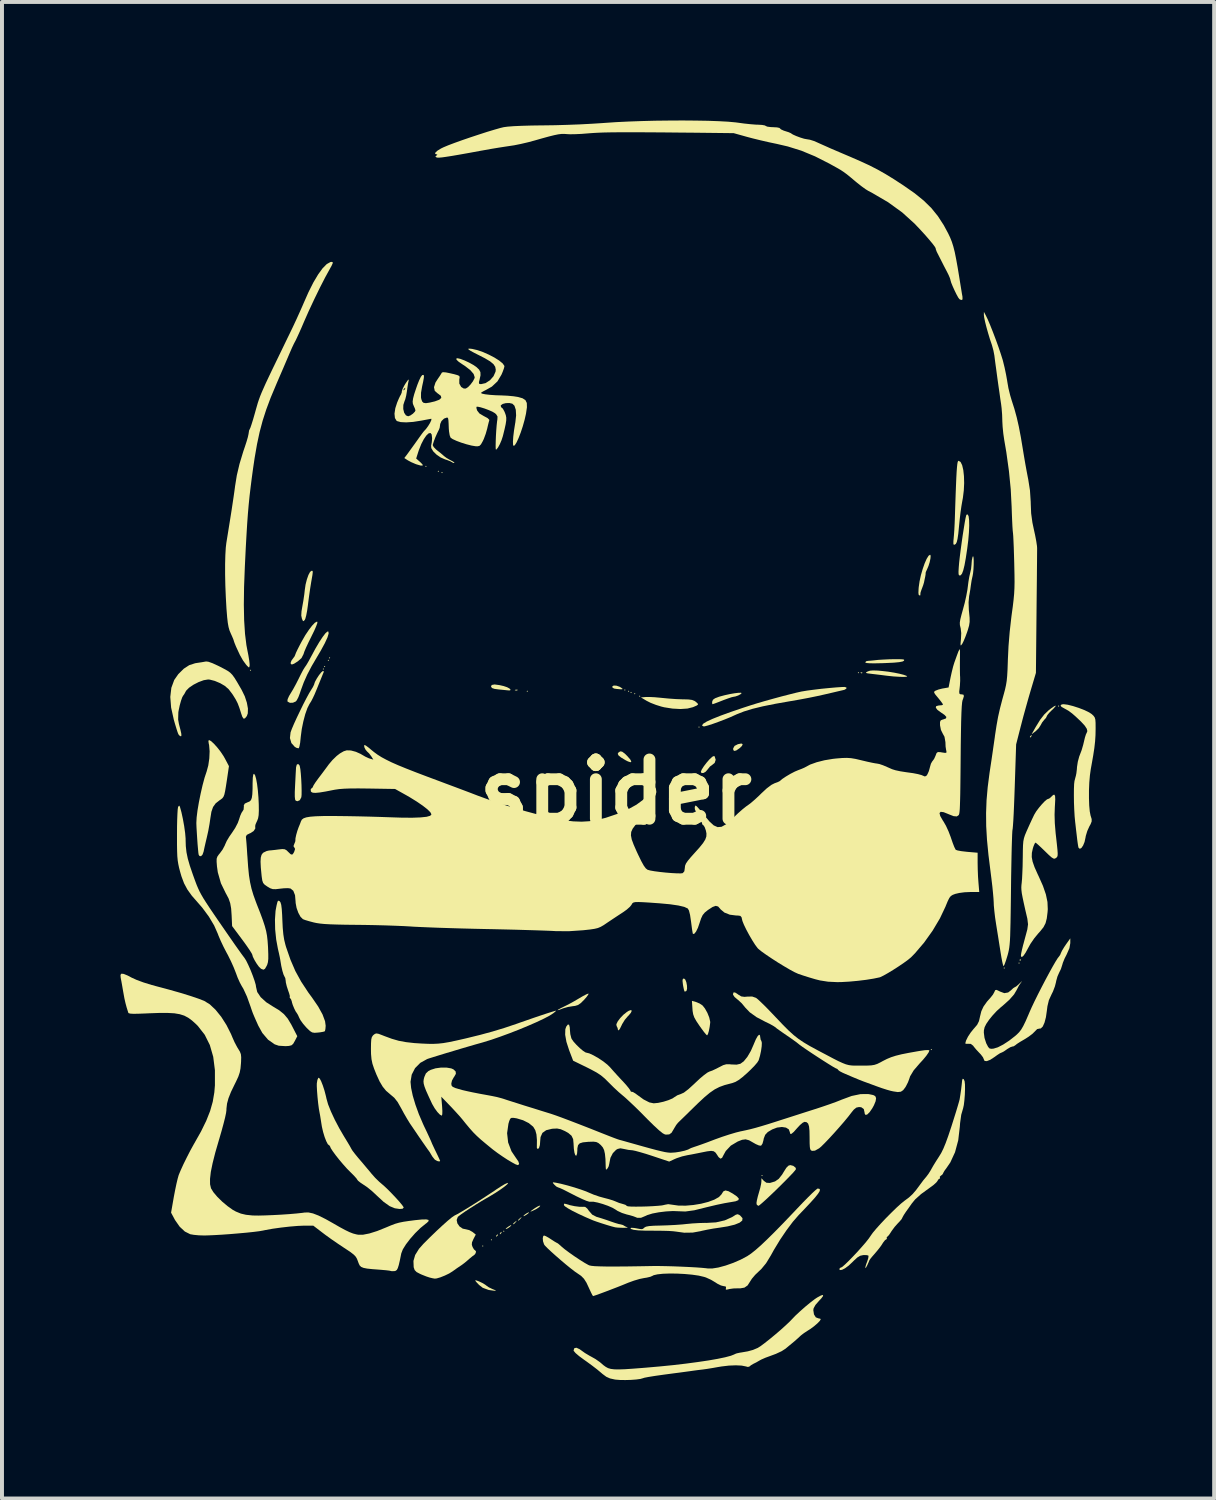
<source format=kicad_pcb>
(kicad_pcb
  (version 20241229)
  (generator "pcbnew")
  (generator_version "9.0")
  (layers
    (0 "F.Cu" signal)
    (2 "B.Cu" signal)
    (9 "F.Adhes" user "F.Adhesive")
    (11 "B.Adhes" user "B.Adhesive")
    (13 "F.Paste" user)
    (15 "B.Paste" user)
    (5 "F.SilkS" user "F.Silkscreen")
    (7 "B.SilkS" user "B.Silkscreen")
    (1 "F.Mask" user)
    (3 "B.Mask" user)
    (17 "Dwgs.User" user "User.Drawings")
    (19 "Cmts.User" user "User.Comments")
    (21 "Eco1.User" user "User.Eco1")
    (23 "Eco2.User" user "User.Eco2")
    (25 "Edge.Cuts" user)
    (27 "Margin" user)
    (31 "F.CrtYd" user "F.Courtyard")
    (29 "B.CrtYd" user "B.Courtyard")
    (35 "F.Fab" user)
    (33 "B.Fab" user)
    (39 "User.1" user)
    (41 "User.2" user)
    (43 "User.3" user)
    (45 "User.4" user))
  (footprint "spider"
    (layer "F.Cu")
    (at 12.535 16.999)
    (property "Reference" "spider" (at 0 0 0) (layer "F.SilkS") (effects (font (size 1.5 1.5) (thickness 0.3))))
    (attr board_only exclude_from_pos_files exclude_from_bom)
    (fp_poly (pts (xy -9.228 -3.081) (xy -9.243 -3.066) (xy -9.259 -3.081) (xy -9.243 -3.097)) (stroke (width 0) (type solid)) (fill yes) (layer "F.SilkS"))
    (fp_poly (pts (xy -7.382 -3.112) (xy -7.398 -3.097) (xy -7.414 -3.112) (xy -7.398 -3.128)) (stroke (width 0) (type solid)) (fill yes) (layer "F.SilkS"))
    (fp_poly (pts (xy -7.351 -3.175) (xy -7.367 -3.159) (xy -7.382 -3.175) (xy -7.367 -3.191)) (stroke (width 0) (type solid)) (fill yes) (layer "F.SilkS"))
    (fp_poly (pts (xy -7.257 -3.331) (xy -7.273 -3.316) (xy -7.288 -3.331) (xy -7.273 -3.347)) (stroke (width 0) (type solid)) (fill yes) (layer "F.SilkS"))
    (fp_poly (pts (xy -7.226 -3.394) (xy -7.242 -3.378) (xy -7.257 -3.394) (xy -7.242 -3.41)) (stroke (width 0) (type solid)) (fill yes) (layer "F.SilkS"))
    (fp_poly (pts (xy -4.786 -8.242) (xy -4.802 -8.227) (xy -4.817 -8.242) (xy -4.802 -8.258)) (stroke (width 0) (type solid)) (fill yes) (layer "F.SilkS"))
    (fp_poly (pts (xy -4.473 -8.117) (xy -4.489 -8.102) (xy -4.504 -8.117) (xy -4.489 -8.133)) (stroke (width 0) (type solid)) (fill yes) (layer "F.SilkS"))
    (fp_poly (pts (xy -4.379 -8.086) (xy -4.395 -8.07) (xy -4.411 -8.086) (xy -4.395 -8.102)) (stroke (width 0) (type solid)) (fill yes) (layer "F.SilkS"))
    (fp_poly (pts (xy -3.347 11.496) (xy -3.363 11.511) (xy -3.378 11.496) (xy -3.363 11.48)) (stroke (width 0) (type solid)) (fill yes) (layer "F.SilkS"))
    (fp_poly (pts (xy -3.128 11.339) (xy -3.144 11.355) (xy -3.159 11.339) (xy -3.144 11.324)) (stroke (width 0) (type solid)) (fill yes) (layer "F.SilkS"))
    (fp_poly (pts (xy -2.815 11.12) (xy -2.831 11.136) (xy -2.847 11.12) (xy -2.831 11.105)) (stroke (width 0) (type solid)) (fill yes) (layer "F.SilkS"))
    (fp_poly (pts (xy -2.221 -2.549) (xy -2.237 -2.534) (xy -2.252 -2.549) (xy -2.237 -2.565)) (stroke (width 0) (type solid)) (fill yes) (layer "F.SilkS"))
    (fp_poly (pts (xy 0.25 -2.581) (xy 0.235 -2.565) (xy 0.219 -2.581) (xy 0.235 -2.596)) (stroke (width 0) (type solid)) (fill yes) (layer "F.SilkS"))
    (fp_poly (pts (xy 0.344 -2.549) (xy 0.328 -2.534) (xy 0.313 -2.549) (xy 0.328 -2.565)) (stroke (width 0) (type solid)) (fill yes) (layer "F.SilkS"))
    (fp_poly (pts (xy 0.407 -2.518) (xy 0.391 -2.502) (xy 0.375 -2.518) (xy 0.391 -2.534)) (stroke (width 0) (type solid)) (fill yes) (layer "F.SilkS"))
    (fp_poly (pts (xy 0.5 -2.487) (xy 0.485 -2.471) (xy 0.469 -2.487) (xy 0.485 -2.502)) (stroke (width 0) (type solid)) (fill yes) (layer "F.SilkS"))
    (fp_poly (pts (xy 0.626 -2.424) (xy 0.61 -2.409) (xy 0.594 -2.424) (xy 0.61 -2.44)) (stroke (width 0) (type solid)) (fill yes) (layer "F.SilkS"))
    (fp_poly (pts (xy 2.127 -1.642) (xy 2.111 -1.627) (xy 2.096 -1.642) (xy 2.111 -1.658)) (stroke (width 0) (type solid)) (fill yes) (layer "F.SilkS"))
    (fp_poly (pts (xy 3.722 9.713) (xy 3.707 9.728) (xy 3.691 9.713) (xy 3.707 9.697)) (stroke (width 0) (type solid)) (fill yes) (layer "F.SilkS"))
    (fp_poly (pts (xy 6.162 -3.019) (xy 6.147 -3.003) (xy 6.131 -3.019) (xy 6.147 -3.034)) (stroke (width 0) (type solid)) (fill yes) (layer "F.SilkS"))
    (fp_poly (pts (xy 8.008 6.522) (xy 7.992 6.538) (xy 7.977 6.522) (xy 7.992 6.506)) (stroke (width 0) (type solid)) (fill yes) (layer "F.SilkS"))
    (fp_poly (pts (xy 9.853 4.458) (xy 9.838 4.473) (xy 9.822 4.458) (xy 9.838 4.442)) (stroke (width 0) (type solid)) (fill yes) (layer "F.SilkS"))
    (fp_poly (pts (xy 10.229 4.332) (xy 10.213 4.348) (xy 10.198 4.332) (xy 10.213 4.317)) (stroke (width 0) (type solid)) (fill yes) (layer "F.SilkS"))
    (fp_poly (pts (xy 11.23 -2.174) (xy 11.214 -2.158) (xy 11.199 -2.174) (xy 11.214 -2.19)) (stroke (width 0) (type solid)) (fill yes) (layer "F.SilkS"))
    (fp_poly (pts (xy -2.48 -2.584) (xy -2.489 -2.57) (xy -2.521 -2.567) (xy -2.554 -2.575) (xy -2.54 -2.586) (xy -2.491 -2.59)) (stroke (width 0) (type solid)) (fill yes) (layer "F.SilkS"))
    (fp_poly (pts (xy 6.246 -3.024) (xy 6.241 -3.005) (xy 6.225 -3.003) (xy 6.199 -3.014) (xy 6.204 -3.024) (xy 6.241 -3.028)) (stroke (width 0) (type solid)) (fill yes) (layer "F.SilkS"))
    (fp_poly (pts (xy 10.25 4.233) (xy 10.253 4.27) (xy 10.25 4.275) (xy 10.231 4.271) (xy 10.229 4.254) (xy 10.24 4.228)) (stroke (width 0) (type solid)) (fill yes) (layer "F.SilkS"))
    (fp_poly (pts (xy -2.981 11.219) (xy -2.987 11.23) (xy -3.017 11.26) (xy -3.022 11.261) (xy -3.024 11.241) (xy -3.019 11.23) (xy -2.989 11.2) (xy -2.984 11.199)) (stroke (width 0) (type solid)) (fill yes) (layer "F.SilkS"))
    (fp_poly (pts (xy -2.888 11.156) (xy -2.893 11.167) (xy -2.923 11.197) (xy -2.928 11.199) (xy -2.931 11.178) (xy -2.925 11.167) (xy -2.895 11.137) (xy -2.89 11.136)) (stroke (width 0) (type solid)) (fill yes) (layer "F.SilkS"))
    (fp_poly (pts (xy -2.512 10.871) (xy -2.53 10.894) (xy -2.575 10.942) (xy -2.596 10.942) (xy -2.596 10.936) (xy -2.575 10.91) (xy -2.542 10.882) (xy -2.505 10.855)) (stroke (width 0) (type solid)) (fill yes) (layer "F.SilkS"))
    (fp_poly (pts (xy -2.387 10.777) (xy -2.405 10.8) (xy -2.45 10.848) (xy -2.471 10.848) (xy -2.471 10.843) (xy -2.45 10.817) (xy -2.416 10.788) (xy -2.379 10.761)) (stroke (width 0) (type solid)) (fill yes) (layer "F.SilkS"))
    (fp_poly (pts (xy 10.532 -1.419) (xy 10.526 -1.408) (xy 10.497 -1.378) (xy 10.491 -1.376) (xy 10.489 -1.397) (xy 10.495 -1.408) (xy 10.524 -1.438) (xy 10.53 -1.439)) (stroke (width 0) (type solid)) (fill yes) (layer "F.SilkS"))
    (fp_poly (pts (xy -2.639 10.973) (xy -2.641 10.976) (xy -2.675 11.009) (xy -2.725 11.044) (xy -2.769 11.065) (xy -2.784 11.062) (xy -2.761 11.038) (xy -2.705 10.997) (xy -2.702 10.996) (xy -2.653 10.968)) (stroke (width 0) (type solid)) (fill yes) (layer "F.SilkS"))
    (fp_poly (pts (xy -2.19 10.646) (xy -2.213 10.671) (xy -2.269 10.712) (xy -2.272 10.713) (xy -2.321 10.74) (xy -2.334 10.736) (xy -2.333 10.733) (xy -2.299 10.699) (xy -2.249 10.665) (xy -2.205 10.644)) (stroke (width 0) (type solid)) (fill yes) (layer "F.SilkS"))
    (fp_poly (pts (xy 3.217 -1.21) (xy 3.199 -1.165) (xy 3.14 -1.108) (xy 3.052 -1.048) (xy 2.996 -1.038) (xy 2.976 -1.076) (xy 2.977 -1.103) (xy 3.012 -1.166) (xy 3.097 -1.209) (xy 3.183 -1.226)) (stroke (width 0) (type solid)) (fill yes) (layer "F.SilkS"))
    (fp_poly (pts (xy 0.022 -2.69) (xy 0.103 -2.662) (xy 0.139 -2.64) (xy 0.178 -2.61) (xy 0.166 -2.599) (xy 0.109 -2.6) (xy 0.02 -2.608) (xy -0.041 -2.618) (xy -0.082 -2.646) (xy -0.085 -2.669) (xy -0.048 -2.694)) (stroke (width 0) (type solid)) (fill yes) (layer "F.SilkS"))
    (fp_poly (pts (xy -1.908 10.478) (xy -1.934 10.51) (xy -1.998 10.554) (xy -2.033 10.573) (xy -2.108 10.608) (xy -2.153 10.625) (xy -2.158 10.625) (xy -2.135 10.602) (xy -2.075 10.558) (xy -2.033 10.53) (xy -1.961 10.488) (xy -1.916 10.472)) (stroke (width 0) (type solid)) (fill yes) (layer "F.SilkS"))
    (fp_poly (pts (xy 0.165 -1.02) (xy 0.232 -0.971) (xy 0.294 -0.91) (xy 0.371 -0.822) (xy 0.398 -0.769) (xy 0.378 -0.751) (xy 0.311 -0.773) (xy 0.254 -0.802) (xy 0.138 -0.872) (xy 0.073 -0.925) (xy 0.054 -0.966) (xy 0.071 -0.997) (xy 0.116 -1.027)) (stroke (width 0) (type solid)) (fill yes) (layer "F.SilkS"))
    (fp_poly (pts (xy 1.764 4.751) (xy 1.791 4.819) (xy 1.807 4.904) (xy 1.809 4.985) (xy 1.793 5.039) (xy 1.79 5.041) (xy 1.753 5.055) (xy 1.743 5.047) (xy 1.729 5.002) (xy 1.712 4.92) (xy 1.704 4.872) (xy 1.694 4.781) (xy 1.701 4.736) (xy 1.727 4.723) (xy 1.731 4.723)) (stroke (width 0) (type solid)) (fill yes) (layer "F.SilkS"))
    (fp_poly (pts (xy -2.937 -2.704) (xy -2.833 -2.68) (xy -2.747 -2.651) (xy -2.686 -2.618) (xy -2.658 -2.588) (xy -2.672 -2.571) (xy -2.711 -2.57) (xy -2.772 -2.576) (xy -2.871 -2.586) (xy -2.956 -2.594) (xy -3.067 -2.609) (xy -3.128 -2.63) (xy -3.153 -2.663) (xy -3.154 -2.667) (xy -3.137 -2.708) (xy -3.064 -2.721)) (stroke (width 0) (type solid)) (fill yes) (layer "F.SilkS"))
    (fp_poly (pts (xy 2.508 -0.899) (xy 2.534 -0.813) (xy 2.508 -0.735) (xy 2.459 -0.695) (xy 2.39 -0.644) (xy 2.329 -0.569) (xy 2.328 -0.567) (xy 2.28 -0.512) (xy 2.223 -0.48) (xy 2.176 -0.478) (xy 2.158 -0.508) (xy 2.179 -0.564) (xy 2.233 -0.649) (xy 2.31 -0.749) (xy 2.373 -0.821) (xy 2.446 -0.89) (xy 2.491 -0.91)) (stroke (width 0) (type solid)) (fill yes) (layer "F.SilkS"))
    (fp_poly (pts (xy -3.52 12.368) (xy -3.452 12.394) (xy -3.373 12.432) (xy -3.304 12.473) (xy -3.273 12.497) (xy -3.212 12.54) (xy -3.123 12.583) (xy -3.106 12.59) (xy -3.041 12.616) (xy -3.032 12.629) (xy -3.081 12.627) (xy -3.189 12.612) (xy -3.215 12.608) (xy -3.363 12.554) (xy -3.457 12.481) (xy -3.517 12.418) (xy -3.552 12.375) (xy -3.555 12.365)) (stroke (width 0) (type solid)) (fill yes) (layer "F.SilkS"))
    (fp_poly (pts (xy 0.408 5.543) (xy 0.386 5.592) (xy 0.327 5.662) (xy 0.309 5.679) (xy 0.233 5.769) (xy 0.166 5.878) (xy 0.154 5.904) (xy 0.106 6.001) (xy 0.074 6.038) (xy 0.059 6.022) (xy 0.051 5.979) (xy 0.051 5.977) (xy 0.027 5.929) (xy 0.025 5.926) (xy 0.019 5.881) (xy 0.053 5.81) (xy 0.116 5.726) (xy 0.197 5.641) (xy 0.286 5.57) (xy 0.336 5.539) (xy 0.392 5.522)) (stroke (width 0) (type solid)) (fill yes) (layer "F.SilkS"))
    (fp_poly (pts (xy 11.137 -2.167) (xy 11.086 -2.11) (xy 11.045 -2.071) (xy 10.974 -2) (xy 10.928 -1.942) (xy 10.917 -1.919) (xy 10.896 -1.875) (xy 10.857 -1.833) (xy 10.8 -1.762) (xy 10.761 -1.691) (xy 10.711 -1.613) (xy 10.637 -1.539) (xy 10.629 -1.533) (xy 10.532 -1.461) (xy 10.636 -1.645) (xy 10.746 -1.824) (xy 10.851 -1.96) (xy 10.966 -2.07) (xy 11.007 -2.102) (xy 11.096 -2.165) (xy 11.14 -2.186)) (stroke (width 0) (type solid)) (fill yes) (layer "F.SilkS"))
    (fp_poly (pts (xy -8.003 -0.674) (xy -7.995 -0.65) (xy -7.981 -0.576) (xy -7.969 -0.46) (xy -7.959 -0.319) (xy -7.952 -0.172) (xy -7.949 -0.035) (xy -7.95 0.074) (xy -7.956 0.134) (xy -7.995 0.209) (xy -8.054 0.235) (xy -8.098 0.222) (xy -8.114 0.191) (xy -8.122 0.12) (xy -8.122 0.000401) (xy -8.114 -0.174) (xy -8.114 -0.174) (xy -8.106 -0.328) (xy -8.099 -0.465) (xy -8.093 -0.569) (xy -8.09 -0.623) (xy -8.072 -0.69) (xy -8.038 -0.709)) (stroke (width 0) (type solid)) (fill yes) (layer "F.SilkS"))
    (fp_poly (pts (xy 2.034 5.318) (xy 2.126 5.356) (xy 2.198 5.403) (xy 2.262 5.483) (xy 2.324 5.594) (xy 2.371 5.712) (xy 2.394 5.814) (xy 2.395 5.84) (xy 2.381 5.95) (xy 2.361 6.052) (xy 2.338 6.129) (xy 2.317 6.162) (xy 2.315 6.162) (xy 2.288 6.138) (xy 2.235 6.074) (xy 2.166 5.98) (xy 2.124 5.921) (xy 2.043 5.8) (xy 1.992 5.709) (xy 1.964 5.63) (xy 1.949 5.544) (xy 1.945 5.484) (xy 1.932 5.289)) (stroke (width 0) (type solid)) (fill yes) (layer "F.SilkS"))
    (fp_poly (pts (xy 6.637 -3.072) (xy 6.757 -3.061) (xy 6.904 -3.044) (xy 7.051 -3.02) (xy 7.185 -2.993) (xy 7.294 -2.965) (xy 7.363 -2.94) (xy 7.382 -2.924) (xy 7.354 -2.915) (xy 7.277 -2.912) (xy 7.166 -2.916) (xy 7.036 -2.924) (xy 6.901 -2.938) (xy 6.85 -2.944) (xy 6.709 -2.962) (xy 6.56 -2.98) (xy 6.476 -2.99) (xy 6.38 -3.002) (xy 6.339 -3.013) (xy 6.344 -3.028) (xy 6.382 -3.05) (xy 6.438 -3.069) (xy 6.518 -3.076)) (stroke (width 0) (type solid)) (fill yes) (layer "F.SilkS"))
    (fp_poly (pts (xy 7.179 -3.361) (xy 7.264 -3.357) (xy 7.302 -3.35) (xy 7.303 -3.349) (xy 7.303 -3.323) (xy 7.264 -3.302) (xy 7.181 -3.286) (xy 7.048 -3.273) (xy 6.861 -3.264) (xy 6.764 -3.26) (xy 6.57 -3.256) (xy 6.434 -3.257) (xy 6.352 -3.264) (xy 6.32 -3.278) (xy 6.319 -3.281) (xy 6.345 -3.309) (xy 6.389 -3.318) (xy 6.479 -3.325) (xy 6.538 -3.331) (xy 6.647 -3.343) (xy 6.78 -3.351) (xy 6.923 -3.358) (xy 7.06 -3.361)) (stroke (width 0) (type solid)) (fill yes) (layer "F.SilkS"))
    (fp_poly (pts (xy -0.686 5.105) (xy -0.692 5.13) (xy -0.733 5.188) (xy -0.797 5.262) (xy -0.882 5.346) (xy -0.951 5.394) (xy -1.027 5.417) (xy -1.085 5.424) (xy -1.206 5.444) (xy -1.324 5.477) (xy -1.353 5.488) (xy -1.426 5.516) (xy -1.467 5.526) (xy -1.47 5.524) (xy -1.444 5.504) (xy -1.377 5.469) (xy -1.306 5.434) (xy -1.195 5.379) (xy -1.06 5.305) (xy -0.93 5.229) (xy -0.927 5.227) (xy -0.824 5.167) (xy -0.741 5.124) (xy -0.692 5.105)) (stroke (width 0) (type solid)) (fill yes) (layer "F.SilkS"))
    (fp_poly (pts (xy 3.191 -2.502) (xy 3.165 -2.475) (xy 3.104 -2.442) (xy 3.033 -2.417) (xy 2.987 -2.409) (xy 2.938 -2.398) (xy 2.849 -2.368) (xy 2.736 -2.327) (xy 2.706 -2.315) (xy 2.594 -2.271) (xy 2.506 -2.238) (xy 2.457 -2.222) (xy 2.453 -2.221) (xy 2.443 -2.247) (xy 2.446 -2.29) (xy 2.465 -2.334) (xy 2.517 -2.371) (xy 2.614 -2.408) (xy 2.643 -2.417) (xy 2.763 -2.449) (xy 2.891 -2.477) (xy 3.011 -2.498) (xy 3.111 -2.51) (xy 3.175 -2.511)) (stroke (width 0) (type solid)) (fill yes) (layer "F.SilkS"))
    (fp_poly (pts (xy 0.983 -2.398) (xy 1.127 -2.385) (xy 1.178 -2.38) (xy 1.345 -2.364) (xy 1.526 -2.351) (xy 1.686 -2.345) (xy 1.71 -2.345) (xy 1.846 -2.341) (xy 1.936 -2.329) (xy 1.998 -2.304) (xy 2.03 -2.282) (xy 2.077 -2.24) (xy 2.087 -2.212) (xy 2.053 -2.187) (xy 1.968 -2.15) (xy 1.959 -2.146) (xy 1.82 -2.111) (xy 1.641 -2.099) (xy 1.439 -2.11) (xy 1.231 -2.143) (xy 1.161 -2.16) (xy 1.023 -2.203) (xy 0.886 -2.256) (xy 0.785 -2.307) (xy 0.641 -2.393) (xy 0.766 -2.403) (xy 0.855 -2.404)) (stroke (width 0) (type solid)) (fill yes) (layer "F.SilkS"))
    (fp_poly (pts (xy 8.937 -6.978) (xy 8.949 -6.882) (xy 8.952 -6.744) (xy 8.945 -6.572) (xy 8.928 -6.371) (xy 8.902 -6.162) (xy 8.866 -5.922) (xy 8.833 -5.74) (xy 8.801 -5.61) (xy 8.77 -5.527) (xy 8.737 -5.486) (xy 8.723 -5.481) (xy 8.696 -5.483) (xy 8.683 -5.512) (xy 8.681 -5.579) (xy 8.687 -5.684) (xy 8.697 -5.804) (xy 8.714 -5.956) (xy 8.736 -6.129) (xy 8.761 -6.313) (xy 8.787 -6.496) (xy 8.814 -6.667) (xy 8.838 -6.816) (xy 8.859 -6.931) (xy 8.876 -7.001) (xy 8.882 -7.017) (xy 8.914 -7.025)) (stroke (width 0) (type solid)) (fill yes) (layer "F.SilkS"))
    (fp_poly (pts (xy -7.678 -5.598) (xy -7.669 -5.587) (xy -7.668 -5.554) (xy -7.676 -5.489) (xy -7.695 -5.379) (xy -7.708 -5.305) (xy -7.732 -5.155) (xy -7.758 -4.975) (xy -7.782 -4.794) (xy -7.789 -4.733) (xy -7.809 -4.592) (xy -7.832 -4.471) (xy -7.855 -4.386) (xy -7.868 -4.357) (xy -7.899 -4.323) (xy -7.921 -4.337) (xy -7.942 -4.388) (xy -7.958 -4.465) (xy -7.952 -4.572) (xy -7.933 -4.685) (xy -7.906 -4.836) (xy -7.881 -5.006) (xy -7.869 -5.113) (xy -7.849 -5.25) (xy -7.816 -5.38) (xy -7.777 -5.492) (xy -7.736 -5.569) (xy -7.698 -5.599) (xy -7.697 -5.599)) (stroke (width 0) (type solid)) (fill yes) (layer "F.SilkS"))
    (fp_poly (pts (xy -7.549 -4.306) (xy -7.553 -4.27) (xy -7.582 -4.191) (xy -7.631 -4.079) (xy -7.696 -3.947) (xy -7.703 -3.932) (xy -7.774 -3.789) (xy -7.835 -3.658) (xy -7.88 -3.553) (xy -7.901 -3.488) (xy -7.901 -3.488) (xy -7.952 -3.389) (xy -8.043 -3.308) (xy -8.14 -3.246) (xy -8.198 -3.225) (xy -8.224 -3.245) (xy -8.227 -3.269) (xy -8.206 -3.326) (xy -8.172 -3.372) (xy -8.126 -3.435) (xy -8.109 -3.478) (xy -8.091 -3.525) (xy -8.05 -3.612) (xy -7.991 -3.727) (xy -7.944 -3.815) (xy -7.855 -3.97) (xy -7.765 -4.104) (xy -7.683 -4.211) (xy -7.614 -4.283) (xy -7.564 -4.311)) (stroke (width 0) (type solid)) (fill yes) (layer "F.SilkS"))
    (fp_poly (pts (xy 7.976 -5.98) (xy 7.971 -5.912) (xy 7.952 -5.82) (xy 7.921 -5.721) (xy 7.883 -5.631) (xy 7.88 -5.625) (xy 7.854 -5.568) (xy 7.849 -5.544) (xy 7.848 -5.511) (xy 7.838 -5.45) (xy 7.819 -5.361) (xy 7.807 -5.302) (xy 7.786 -5.232) (xy 7.752 -5.141) (xy 7.746 -5.126) (xy 7.72 -5.05) (xy 7.714 -4.999) (xy 7.717 -4.993) (xy 7.712 -4.976) (xy 7.696 -4.974) (xy 7.674 -4.988) (xy 7.666 -5.039) (xy 7.67 -5.138) (xy 7.674 -5.185) (xy 7.695 -5.331) (xy 7.729 -5.488) (xy 7.774 -5.643) (xy 7.823 -5.784) (xy 7.874 -5.9) (xy 7.922 -5.978) (xy 7.962 -6.006)) (stroke (width 0) (type solid)) (fill yes) (layer "F.SilkS"))
    (fp_poly (pts (xy 4.498 9.466) (xy 4.554 9.51) (xy 4.567 9.547) (xy 4.545 9.58) (xy 4.486 9.648) (xy 4.397 9.741) (xy 4.287 9.854) (xy 4.164 9.976) (xy 4.037 10.101) (xy 3.912 10.22) (xy 3.799 10.326) (xy 3.706 10.409) (xy 3.642 10.463) (xy 3.614 10.479) (xy 3.575 10.452) (xy 3.566 10.409) (xy 3.576 10.343) (xy 3.6 10.241) (xy 3.629 10.14) (xy 3.662 10.024) (xy 3.684 9.921) (xy 3.691 9.86) (xy 3.691 9.779) (xy 3.754 9.847) (xy 3.819 9.894) (xy 3.9 9.899) (xy 3.918 9.896) (xy 4.037 9.86) (xy 4.131 9.794) (xy 4.216 9.686) (xy 4.257 9.618) (xy 4.323 9.514) (xy 4.378 9.46) (xy 4.423 9.447)) (stroke (width 0) (type solid)) (fill yes) (layer "F.SilkS"))
    (fp_poly (pts (xy 8.733 -8.354) (xy 8.773 -8.273) (xy 8.802 -8.15) (xy 8.819 -7.996) (xy 8.824 -7.82) (xy 8.815 -7.633) (xy 8.792 -7.445) (xy 8.776 -7.359) (xy 8.756 -7.243) (xy 8.733 -7.085) (xy 8.712 -6.906) (xy 8.694 -6.726) (xy 8.694 -6.724) (xy 8.676 -6.54) (xy 8.657 -6.41) (xy 8.637 -6.325) (xy 8.611 -6.277) (xy 8.577 -6.258) (xy 8.562 -6.257) (xy 8.551 -6.284) (xy 8.552 -6.354) (xy 8.557 -6.405) (xy 8.565 -6.498) (xy 8.575 -6.634) (xy 8.583 -6.791) (xy 8.588 -6.913) (xy 8.599 -7.257) (xy 8.609 -7.543) (xy 8.618 -7.777) (xy 8.626 -7.964) (xy 8.634 -8.109) (xy 8.642 -8.217) (xy 8.65 -8.293) (xy 8.658 -8.342) (xy 8.667 -8.37) (xy 8.678 -8.382) (xy 8.684 -8.383)) (stroke (width 0) (type solid)) (fill yes) (layer "F.SilkS"))
    (fp_poly (pts (xy -7.272 -4.061) (xy -7.265 -4.01) (xy -7.295 -3.911) (xy -7.361 -3.767) (xy -7.463 -3.579) (xy -7.554 -3.425) (xy -7.696 -3.183) (xy -7.807 -2.971) (xy -7.895 -2.773) (xy -7.97 -2.569) (xy -7.992 -2.502) (xy -8.03 -2.401) (xy -8.071 -2.322) (xy -8.096 -2.291) (xy -8.168 -2.259) (xy -8.245 -2.256) (xy -8.3 -2.284) (xy -8.309 -2.299) (xy -8.303 -2.349) (xy -8.267 -2.429) (xy -8.228 -2.494) (xy -8.165 -2.598) (xy -8.092 -2.732) (xy -8.023 -2.867) (xy -8.018 -2.878) (xy -7.961 -2.993) (xy -7.909 -3.091) (xy -7.871 -3.152) (xy -7.865 -3.161) (xy -7.83 -3.211) (xy -7.778 -3.299) (xy -7.719 -3.408) (xy -7.709 -3.426) (xy -7.602 -3.625) (xy -7.503 -3.793) (xy -7.416 -3.925) (xy -7.346 -4.017) (xy -7.295 -4.061)) (stroke (width 0) (type solid)) (fill yes) (layer "F.SilkS"))
    (fp_poly (pts (xy -1.262 10.43) (xy -1.159 10.461) (xy -1.037 10.487) (xy -0.921 10.502) (xy -0.836 10.504) (xy -0.827 10.502) (xy -0.771 10.505) (xy -0.72 10.545) (xy -0.674 10.607) (xy -0.591 10.702) (xy -0.484 10.757) (xy -0.462 10.763) (xy -0.36 10.794) (xy -0.231 10.836) (xy -0.124 10.874) (xy -0.015 10.911) (xy 0.076 10.938) (xy 0.127 10.948) (xy 0.189 10.965) (xy 0.205 10.977) (xy 0.259 11.007) (xy 0.297 11.02) (xy 0.307 11.028) (xy 0.271 11.033) (xy 0.205 11.035) (xy 0.125 11.033) (xy 0.047 11.029) (xy -0.012 11.022) (xy -0.016 11.021) (xy -0.101 10.999) (xy -0.222 10.963) (xy -0.355 10.921) (xy -0.478 10.88) (xy -0.567 10.848) (xy -0.575 10.845) (xy -0.765 10.763) (xy -0.94 10.682) (xy -1.091 10.607) (xy -1.208 10.541) (xy -1.284 10.49) (xy -1.309 10.461) (xy -1.305 10.424)) (stroke (width 0) (type solid)) (fill yes) (layer "F.SilkS"))
    (fp_poly (pts (xy -7.386 -3.055) (xy -7.391 -3.031) (xy -7.412 -2.981) (xy -7.448 -2.892) (xy -7.492 -2.784) (xy -7.492 -2.784) (xy -7.564 -2.606) (xy -7.619 -2.474) (xy -7.664 -2.378) (xy -7.702 -2.304) (xy -7.74 -2.242) (xy -7.749 -2.229) (xy -7.803 -2.122) (xy -7.857 -1.97) (xy -7.905 -1.788) (xy -7.945 -1.594) (xy -7.97 -1.404) (xy -7.974 -1.363) (xy -7.986 -1.246) (xy -8.003 -1.156) (xy -8.02 -1.108) (xy -8.024 -1.105) (xy -8.072 -1.113) (xy -8.121 -1.14) (xy -8.208 -1.237) (xy -8.245 -1.364) (xy -8.229 -1.509) (xy -8.228 -1.511) (xy -8.196 -1.598) (xy -8.141 -1.727) (xy -8.07 -1.882) (xy -7.989 -2.051) (xy -7.907 -2.219) (xy -7.828 -2.372) (xy -7.76 -2.497) (xy -7.713 -2.575) (xy -7.664 -2.654) (xy -7.634 -2.716) (xy -7.63 -2.731) (xy -7.611 -2.787) (xy -7.567 -2.868) (xy -7.511 -2.954) (xy -7.456 -3.024) (xy -7.416 -3.059) (xy -7.416 -3.06)) (stroke (width 0) (type solid)) (fill yes) (layer "F.SilkS"))
    (fp_poly (pts (xy 3.131 10.708) (xy 3.159 10.729) (xy 3.213 10.791) (xy 3.206 10.851) (xy 3.139 10.905) (xy 3.015 10.955) (xy 2.834 10.999) (xy 2.632 11.031) (xy 2.474 11.054) (xy 2.32 11.082) (xy 2.193 11.109) (xy 2.144 11.121) (xy 1.951 11.156) (xy 1.736 11.159) (xy 1.533 11.131) (xy 1.461 11.122) (xy 1.342 11.114) (xy 1.192 11.11) (xy 1.024 11.108) (xy 0.985 11.108) (xy 0.751 11.107) (xy 0.576 11.1) (xy 0.457 11.086) (xy 0.391 11.065) (xy 0.375 11.043) (xy 0.403 11.034) (xy 0.471 11.039) (xy 0.508 11.045) (xy 0.606 11.063) (xy 0.661 11.069) (xy 0.693 11.06) (xy 0.721 11.036) (xy 0.729 11.028) (xy 0.77 11.006) (xy 0.847 10.991) (xy 0.969 10.982) (xy 1.13 10.978) (xy 1.315 10.972) (xy 1.515 10.962) (xy 1.701 10.948) (xy 1.783 10.939) (xy 1.946 10.924) (xy 2.116 10.914) (xy 2.264 10.91) (xy 2.298 10.911) (xy 2.541 10.897) (xy 2.764 10.846) (xy 2.948 10.764) (xy 2.969 10.751) (xy 3.043 10.704) (xy 3.089 10.691)) (stroke (width 0) (type solid)) (fill yes) (layer "F.SilkS"))
    (fp_poly (pts (xy 5.843 -2.645) (xy 5.842 -2.615) (xy 5.796 -2.587) (xy 5.779 -2.582) (xy 5.723 -2.569) (xy 5.62 -2.545) (xy 5.484 -2.513) (xy 5.329 -2.477) (xy 5.303 -2.471) (xy 5.116 -2.429) (xy 4.893 -2.383) (xy 4.659 -2.339) (xy 4.443 -2.301) (xy 4.412 -2.296) (xy 4.042 -2.231) (xy 3.729 -2.168) (xy 3.466 -2.104) (xy 3.248 -2.037) (xy 3.069 -1.967) (xy 3.034 -1.951) (xy 2.91 -1.895) (xy 2.766 -1.836) (xy 2.614 -1.778) (xy 2.47 -1.726) (xy 2.348 -1.686) (xy 2.26 -1.662) (xy 2.231 -1.658) (xy 2.193 -1.677) (xy 2.19 -1.689) (xy 2.22 -1.729) (xy 2.309 -1.783) (xy 2.457 -1.851) (xy 2.66 -1.932) (xy 2.919 -2.026) (xy 3.231 -2.132) (xy 3.425 -2.195) (xy 3.589 -2.246) (xy 3.784 -2.303) (xy 3.996 -2.362) (xy 4.209 -2.42) (xy 4.408 -2.471) (xy 4.58 -2.514) (xy 4.709 -2.543) (xy 4.723 -2.545) (xy 4.85 -2.566) (xy 5.017 -2.588) (xy 5.207 -2.611) (xy 5.4 -2.63) (xy 5.58 -2.646) (xy 5.727 -2.656) (xy 5.795 -2.658)) (stroke (width 0) (type solid)) (fill yes) (layer "F.SilkS"))
    (fp_poly (pts (xy -10.245 -1.289) (xy -10.174 -1.225) (xy -10.09 -1.133) (xy -10.005 -1.025) (xy -9.93 -0.914) (xy -9.892 -0.848) (xy -9.789 -0.653) (xy -9.838 -0.319) (xy -9.865 -0.144) (xy -9.886 -0.019) (xy -9.905 0.065) (xy -9.927 0.121) (xy -9.955 0.159) (xy -9.994 0.19) (xy -10.026 0.211) (xy -10.125 0.289) (xy -10.191 0.381) (xy -10.233 0.502) (xy -10.259 0.663) (xy -10.281 0.813) (xy -10.312 0.985) (xy -10.347 1.142) (xy -10.379 1.277) (xy -10.408 1.404) (xy -10.428 1.499) (xy -10.43 1.509) (xy -10.457 1.586) (xy -10.496 1.627) (xy -10.535 1.622) (xy -10.556 1.587) (xy -10.563 1.542) (xy -10.572 1.448) (xy -10.583 1.322) (xy -10.593 1.179) (xy -10.602 1.034) (xy -10.61 0.901) (xy -10.614 0.796) (xy -10.614 0.782) (xy -10.607 0.647) (xy -10.585 0.469) (xy -10.55 0.263) (xy -10.506 0.045) (xy -10.457 -0.169) (xy -10.405 -0.363) (xy -10.354 -0.516) (xy -10.312 -0.671) (xy -10.286 -0.85) (xy -10.278 -1.029) (xy -10.291 -1.184) (xy -10.301 -1.228) (xy -10.309 -1.291) (xy -10.294 -1.314)) (stroke (width 0) (type solid)) (fill yes) (layer "F.SilkS"))
    (fp_poly (pts (xy 9.063 -5.922) (xy 9.066 -5.844) (xy 9.065 -5.745) (xy 9.06 -5.64) (xy 9.05 -5.541) (xy 9.037 -5.462) (xy 9.034 -5.453) (xy 9.012 -5.351) (xy 8.995 -5.239) (xy 8.994 -5.234) (xy 8.98 -5.128) (xy 8.959 -5.003) (xy 8.95 -4.958) (xy 8.936 -4.8) (xy 8.943 -4.602) (xy 8.949 -4.543) (xy 8.962 -4.406) (xy 8.963 -4.305) (xy 8.949 -4.212) (xy 8.917 -4.1) (xy 8.899 -4.046) (xy 8.854 -3.924) (xy 8.81 -3.818) (xy 8.775 -3.749) (xy 8.77 -3.742) (xy 8.745 -3.711) (xy 8.733 -3.714) (xy 8.733 -3.761) (xy 8.742 -3.861) (xy 8.743 -3.87) (xy 8.75 -4.021) (xy 8.736 -4.144) (xy 8.729 -4.17) (xy 8.716 -4.226) (xy 8.714 -4.288) (xy 8.727 -4.369) (xy 8.756 -4.485) (xy 8.793 -4.618) (xy 8.838 -4.785) (xy 8.877 -4.96) (xy 8.906 -5.116) (xy 8.916 -5.193) (xy 8.933 -5.325) (xy 8.954 -5.448) (xy 8.974 -5.535) (xy 8.974 -5.536) (xy 8.999 -5.645) (xy 9.011 -5.762) (xy 9.011 -5.771) (xy 9.019 -5.869) (xy 9.037 -5.949) (xy 9.041 -5.959) (xy 9.054 -5.965)) (stroke (width 0) (type solid)) (fill yes) (layer "F.SilkS"))
    (fp_poly (pts (xy -10.309 -3.296) (xy -10.205 -3.259) (xy -10.068 -3.196) (xy -10.013 -3.169) (xy -9.904 -3.112) (xy -9.822 -3.066) (xy -9.759 -3.021) (xy -9.704 -2.965) (xy -9.649 -2.89) (xy -9.584 -2.785) (xy -9.5 -2.64) (xy -9.466 -2.581) (xy -9.388 -2.421) (xy -9.335 -2.259) (xy -9.308 -2.11) (xy -9.312 -1.988) (xy -9.336 -1.921) (xy -9.384 -1.862) (xy -9.42 -1.856) (xy -9.452 -1.906) (xy -9.477 -1.979) (xy -9.525 -2.13) (xy -9.568 -2.244) (xy -9.618 -2.342) (xy -9.684 -2.449) (xy -9.704 -2.479) (xy -9.796 -2.6) (xy -9.894 -2.685) (xy -10.01 -2.753) (xy -10.148 -2.811) (xy -10.272 -2.843) (xy -10.317 -2.847) (xy -10.427 -2.829) (xy -10.557 -2.781) (xy -10.686 -2.715) (xy -10.798 -2.639) (xy -10.872 -2.564) (xy -10.883 -2.545) (xy -10.919 -2.478) (xy -10.946 -2.44) (xy -10.947 -2.44) (xy -10.972 -2.395) (xy -11.003 -2.307) (xy -11.035 -2.192) (xy -11.061 -2.069) (xy -11.07 -2.018) (xy -11.075 -1.832) (xy -11.055 -1.72) (xy -11.018 -1.577) (xy -10.997 -1.484) (xy -10.992 -1.431) (xy -11 -1.41) (xy -11.009 -1.408) (xy -11.048 -1.432) (xy -11.069 -1.462) (xy -11.09 -1.515) (xy -11.121 -1.612) (xy -11.159 -1.738) (xy -11.185 -1.83) (xy -11.253 -2.137) (xy -11.274 -2.405) (xy -11.247 -2.637) (xy -11.174 -2.835) (xy -11.072 -2.981) (xy -10.932 -3.12) (xy -10.795 -3.209) (xy -10.645 -3.258) (xy -10.589 -3.267) (xy -10.483 -3.283) (xy -10.396 -3.298) (xy -10.368 -3.303)) (stroke (width 0) (type solid)) (fill yes) (layer "F.SilkS"))
    (fp_poly (pts (xy -8.509 2.763) (xy -8.484 2.795) (xy -8.465 2.859) (xy -8.452 2.963) (xy -8.442 3.115) (xy -8.437 3.238) (xy -8.427 3.444) (xy -8.412 3.605) (xy -8.391 3.74) (xy -8.36 3.867) (xy -8.343 3.926) (xy -8.231 4.249) (xy -8.108 4.534) (xy -7.961 4.802) (xy -7.78 5.077) (xy -7.684 5.208) (xy -7.529 5.434) (xy -7.419 5.634) (xy -7.356 5.804) (xy -7.34 5.921) (xy -7.347 6.003) (xy -7.359 6.054) (xy -7.362 6.059) (xy -7.402 6.072) (xy -7.482 6.086) (xy -7.536 6.092) (xy -7.622 6.098) (xy -7.683 6.088) (xy -7.738 6.053) (xy -7.811 5.983) (xy -7.829 5.965) (xy -7.911 5.871) (xy -7.979 5.776) (xy -8.009 5.718) (xy -8.042 5.645) (xy -8.068 5.602) (xy -8.07 5.599) (xy -8.1 5.556) (xy -8.138 5.479) (xy -8.173 5.394) (xy -8.194 5.327) (xy -8.196 5.311) (xy -8.216 5.252) (xy -8.233 5.23) (xy -8.255 5.199) (xy -8.249 5.193) (xy -8.247 5.166) (xy -8.265 5.099) (xy -8.29 5.028) (xy -8.325 4.921) (xy -8.348 4.826) (xy -8.352 4.784) (xy -8.363 4.712) (xy -8.383 4.674) (xy -8.407 4.624) (xy -8.436 4.529) (xy -8.464 4.405) (xy -8.487 4.267) (xy -8.489 4.254) (xy -8.502 4.183) (xy -8.525 4.076) (xy -8.549 3.973) (xy -8.593 3.735) (xy -8.619 3.48) (xy -8.624 3.231) (xy -8.609 3.012) (xy -8.603 2.977) (xy -8.582 2.868) (xy -8.562 2.788) (xy -8.546 2.754) (xy -8.545 2.753)) (stroke (width 0) (type solid)) (fill yes) (layer "F.SilkS"))
    (fp_poly (pts (xy -2.721 9.9) (xy -2.747 9.937) (xy -2.818 9.996) (xy -2.925 10.073) (xy -3.058 10.16) (xy -3.208 10.251) (xy -3.282 10.293) (xy -3.403 10.364) (xy -3.538 10.447) (xy -3.675 10.534) (xy -3.802 10.617) (xy -3.906 10.689) (xy -3.976 10.742) (xy -3.996 10.761) (xy -4.024 10.837) (xy -4.006 10.922) (xy -3.951 11.001) (xy -3.87 11.056) (xy -3.788 11.073) (xy -3.705 11.093) (xy -3.622 11.14) (xy -3.54 11.206) (xy -3.6 11.321) (xy -3.636 11.404) (xy -3.64 11.465) (xy -3.621 11.521) (xy -3.586 11.581) (xy -3.558 11.605) (xy -3.535 11.627) (xy -3.541 11.673) (xy -3.571 11.716) (xy -3.579 11.721) (xy -3.628 11.757) (xy -3.7 11.817) (xy -3.729 11.843) (xy -3.818 11.918) (xy -3.908 11.985) (xy -3.928 11.998) (xy -4.014 12.056) (xy -4.111 12.125) (xy -4.129 12.138) (xy -4.214 12.191) (xy -4.324 12.244) (xy -4.437 12.289) (xy -4.533 12.317) (xy -4.58 12.321) (xy -4.633 12.312) (xy -4.708 12.294) (xy -4.793 12.266) (xy -4.901 12.223) (xy -4.947 12.203) (xy -5.038 12.155) (xy -5.087 12.105) (xy -5.111 12.036) (xy -5.112 12.03) (xy -5.118 11.873) (xy -5.074 11.722) (xy -4.977 11.566) (xy -4.867 11.442) (xy -4.696 11.271) (xy -4.531 11.112) (xy -4.38 10.972) (xy -4.25 10.856) (xy -4.147 10.771) (xy -4.079 10.725) (xy -4.07 10.72) (xy -4.002 10.686) (xy -3.893 10.622) (xy -3.752 10.537) (xy -3.59 10.436) (xy -3.417 10.326) (xy -3.243 10.212) (xy -3.078 10.103) (xy -3.011 10.057) (xy -2.895 9.982) (xy -2.802 9.927) (xy -2.741 9.899)) (stroke (width 0) (type solid)) (fill yes) (layer "F.SilkS"))
    (fp_poly (pts (xy -7.491 7.256) (xy -7.454 7.326) (xy -7.412 7.432) (xy -7.37 7.562) (xy -7.333 7.704) (xy -7.32 7.764) (xy -7.279 7.909) (xy -7.206 8.092) (xy -7.109 8.3) (xy -6.993 8.52) (xy -6.864 8.741) (xy -6.86 8.746) (xy -6.791 8.86) (xy -6.733 8.957) (xy -6.696 9.024) (xy -6.688 9.04) (xy -6.66 9.084) (xy -6.601 9.161) (xy -6.522 9.258) (xy -6.486 9.3) (xy -6.384 9.42) (xy -6.279 9.545) (xy -6.191 9.65) (xy -6.178 9.667) (xy -6.087 9.769) (xy -5.988 9.866) (xy -5.931 9.915) (xy -5.856 9.98) (xy -5.762 10.069) (xy -5.66 10.173) (xy -5.56 10.279) (xy -5.471 10.378) (xy -5.404 10.459) (xy -5.368 10.512) (xy -5.365 10.522) (xy -5.393 10.552) (xy -5.471 10.558) (xy -5.591 10.54) (xy -5.719 10.487) (xy -5.873 10.378) (xy -6.052 10.213) (xy -6.072 10.193) (xy -6.18 10.094) (xy -6.302 9.997) (xy -6.377 9.947) (xy -6.462 9.89) (xy -6.52 9.843) (xy -6.538 9.82) (xy -6.559 9.787) (xy -6.615 9.724) (xy -6.695 9.643) (xy -6.712 9.627) (xy -6.8 9.538) (xy -6.898 9.428) (xy -6.998 9.31) (xy -7.089 9.195) (xy -7.163 9.093) (xy -7.212 9.017) (xy -7.226 8.98) (xy -7.246 8.948) (xy -7.253 8.946) (xy -7.286 8.918) (xy -7.325 8.843) (xy -7.367 8.735) (xy -7.405 8.609) (xy -7.435 8.479) (xy -7.444 8.425) (xy -7.463 8.304) (xy -7.48 8.197) (xy -7.492 8.133) (xy -7.512 8.023) (xy -7.531 7.878) (xy -7.547 7.72) (xy -7.559 7.568) (xy -7.565 7.442) (xy -7.564 7.376) (xy -7.55 7.293) (xy -7.528 7.241) (xy -7.52 7.235)) (stroke (width 0) (type solid)) (fill yes) (layer "F.SilkS"))
    (fp_poly (pts (xy 11.445 -2.208) (xy 11.58 -2.174) (xy 11.729 -2.126) (xy 11.871 -2.071) (xy 11.988 -2.014) (xy 12.053 -1.971) (xy 12.1 -1.927) (xy 12.129 -1.886) (xy 12.145 -1.832) (xy 12.151 -1.75) (xy 12.152 -1.625) (xy 12.152 -1.59) (xy 12.149 -1.435) (xy 12.139 -1.281) (xy 12.12 -1.112) (xy 12.09 -0.916) (xy 12.048 -0.678) (xy 12.03 -0.579) (xy 12.008 -0.422) (xy 11.992 -0.237) (xy 11.984 -0.038) (xy 11.984 0.16) (xy 11.99 0.343) (xy 12.004 0.495) (xy 12.025 0.601) (xy 12.028 0.609) (xy 12.052 0.687) (xy 12.052 0.747) (xy 12.026 0.814) (xy 11.993 0.874) (xy 11.941 0.99) (xy 11.903 1.115) (xy 11.896 1.156) (xy 11.872 1.267) (xy 11.835 1.357) (xy 11.793 1.418) (xy 11.753 1.44) (xy 11.721 1.414) (xy 11.716 1.4) (xy 11.706 1.347) (xy 11.693 1.258) (xy 11.686 1.204) (xy 11.674 1.099) (xy 11.657 0.957) (xy 11.64 0.806) (xy 11.635 0.766) (xy 11.621 0.62) (xy 11.611 0.448) (xy 11.604 0.265) (xy 11.602 0.085) (xy 11.603 -0.075) (xy 11.608 -0.202) (xy 11.617 -0.276) (xy 11.639 -0.361) (xy 11.652 -0.408) (xy 11.665 -0.472) (xy 11.677 -0.571) (xy 11.681 -0.632) (xy 11.701 -0.763) (xy 11.737 -0.897) (xy 11.754 -0.941) (xy 11.798 -1.057) (xy 11.838 -1.195) (xy 11.856 -1.27) (xy 11.881 -1.375) (xy 11.907 -1.458) (xy 11.924 -1.492) (xy 11.943 -1.54) (xy 11.928 -1.6) (xy 11.876 -1.679) (xy 11.782 -1.781) (xy 11.643 -1.912) (xy 11.558 -1.986) (xy 11.467 -2.054) (xy 11.37 -2.108) (xy 11.363 -2.112) (xy 11.287 -2.155) (xy 11.264 -2.192) (xy 11.296 -2.216) (xy 11.343 -2.221)) (stroke (width 0) (type solid)) (fill yes) (layer "F.SilkS"))
    (fp_poly (pts (xy -1.519 9.892) (xy -1.517 9.892) (xy -1.382 9.92) (xy -1.219 9.962) (xy -1.046 10.012) (xy -0.882 10.065) (xy -0.746 10.114) (xy -0.67 10.147) (xy -0.556 10.195) (xy -0.414 10.244) (xy -0.297 10.276) (xy -0.175 10.308) (xy -0.068 10.341) (xy 0 10.368) (xy 0.089 10.405) (xy 0.18 10.431) (xy 0.249 10.453) (xy 0.281 10.478) (xy 0.282 10.48) (xy 0.311 10.491) (xy 0.389 10.497) (xy 0.504 10.499) (xy 0.643 10.498) (xy 0.792 10.494) (xy 0.939 10.487) (xy 1.07 10.478) (xy 1.173 10.468) (xy 1.235 10.455) (xy 1.243 10.452) (xy 1.331 10.436) (xy 1.425 10.449) (xy 1.589 10.472) (xy 1.775 10.474) (xy 1.971 10.457) (xy 2.165 10.425) (xy 2.345 10.379) (xy 2.499 10.322) (xy 2.616 10.256) (xy 2.683 10.185) (xy 2.686 10.179) (xy 2.727 10.113) (xy 2.781 10.089) (xy 2.857 10.108) (xy 2.967 10.169) (xy 3.071 10.241) (xy 3.119 10.294) (xy 3.108 10.334) (xy 3.038 10.363) (xy 2.907 10.386) (xy 2.893 10.388) (xy 2.755 10.412) (xy 2.558 10.453) (xy 2.302 10.514) (xy 1.992 10.591) (xy 1.766 10.622) (xy 1.606 10.616) (xy 1.452 10.61) (xy 1.275 10.62) (xy 1.095 10.642) (xy 0.931 10.673) (xy 0.802 10.713) (xy 0.757 10.734) (xy 0.642 10.782) (xy 0.549 10.782) (xy 0.5 10.762) (xy 0.445 10.741) (xy 0.352 10.714) (xy 0.282 10.697) (xy 0.162 10.659) (xy 0.048 10.606) (xy 0.003 10.576) (xy -0.079 10.528) (xy -0.194 10.478) (xy -0.325 10.432) (xy -0.452 10.396) (xy -0.558 10.375) (xy -0.621 10.375) (xy -0.666 10.374) (xy -0.738 10.352) (xy -0.845 10.307) (xy -0.993 10.236) (xy -1.187 10.137) (xy -1.22 10.12) (xy -1.324 10.067) (xy -1.408 10.029) (xy -1.455 10.012) (xy -1.458 10.011) (xy -1.502 9.989) (xy -1.551 9.943) (xy -1.59 9.897) (xy -1.581 9.883)) (stroke (width 0) (type solid)) (fill yes) (layer "F.SilkS"))
    (fp_poly (pts (xy 11.126 0.105) (xy 11.13 0.19) (xy 11.123 0.33) (xy 11.12 0.375) (xy 11.113 0.575) (xy 11.119 0.792) (xy 11.14 1.045) (xy 11.153 1.158) (xy 11.173 1.338) (xy 11.186 1.467) (xy 11.192 1.553) (xy 11.19 1.608) (xy 11.18 1.641) (xy 11.162 1.662) (xy 11.148 1.673) (xy 11.117 1.69) (xy 11.084 1.686) (xy 11.037 1.657) (xy 10.967 1.595) (xy 10.869 1.5) (xy 10.774 1.408) (xy 10.695 1.335) (xy 10.643 1.291) (xy 10.628 1.283) (xy 10.608 1.31) (xy 10.579 1.379) (xy 10.562 1.434) (xy 10.538 1.543) (xy 10.535 1.649) (xy 10.557 1.765) (xy 10.606 1.905) (xy 10.685 2.082) (xy 10.708 2.13) (xy 10.819 2.379) (xy 10.893 2.594) (xy 10.933 2.786) (xy 10.941 2.969) (xy 10.936 3.04) (xy 10.916 3.201) (xy 10.885 3.322) (xy 10.832 3.425) (xy 10.748 3.53) (xy 10.698 3.585) (xy 10.6 3.704) (xy 10.503 3.845) (xy 10.443 3.953) (xy 10.378 4.072) (xy 10.324 4.149) (xy 10.284 4.181) (xy 10.263 4.161) (xy 10.261 4.136) (xy 10.269 4.081) (xy 10.29 3.985) (xy 10.319 3.867) (xy 10.325 3.848) (xy 10.361 3.713) (xy 10.396 3.583) (xy 10.422 3.485) (xy 10.423 3.483) (xy 10.441 3.351) (xy 10.424 3.208) (xy 10.422 3.201) (xy 10.369 2.974) (xy 10.33 2.798) (xy 10.302 2.664) (xy 10.283 2.563) (xy 10.274 2.485) (xy 10.271 2.421) (xy 10.274 2.361) (xy 10.281 2.299) (xy 10.29 2.197) (xy 10.297 2.051) (xy 10.304 1.878) (xy 10.307 1.697) (xy 10.308 1.658) (xy 10.31 1.48) (xy 10.314 1.349) (xy 10.322 1.251) (xy 10.338 1.171) (xy 10.363 1.094) (xy 10.4 1.005) (xy 10.424 0.951) (xy 10.484 0.818) (xy 10.543 0.69) (xy 10.591 0.59) (xy 10.6 0.572) (xy 10.649 0.491) (xy 10.718 0.399) (xy 10.795 0.308) (xy 10.867 0.233) (xy 10.923 0.187) (xy 10.947 0.179) (xy 10.984 0.163) (xy 11.028 0.124) (xy 11.076 0.077) (xy 11.108 0.069)) (stroke (width 0) (type solid)) (fill yes) (layer "F.SilkS"))
    (fp_poly (pts (xy -9.127 -0.422) (xy -9.101 -0.332) (xy -9.077 -0.201) (xy -9.057 -0.039) (xy -9.042 0.143) (xy -9.034 0.313) (xy -9.032 0.474) (xy -9.037 0.587) (xy -9.051 0.668) (xy -9.075 0.732) (xy -9.081 0.744) (xy -9.114 0.816) (xy -9.125 0.864) (xy -9.124 0.869) (xy -9.122 0.927) (xy -9.165 0.991) (xy -9.241 1.041) (xy -9.262 1.049) (xy -9.337 1.087) (xy -9.36 1.133) (xy -9.359 1.145) (xy -9.354 1.197) (xy -9.345 1.298) (xy -9.335 1.435) (xy -9.325 1.594) (xy -9.321 1.642) (xy -9.303 1.899) (xy -9.282 2.109) (xy -9.254 2.286) (xy -9.218 2.448) (xy -9.17 2.608) (xy -9.107 2.783) (xy -9.083 2.846) (xy -8.995 3.07) (xy -8.929 3.249) (xy -8.881 3.396) (xy -8.847 3.523) (xy -8.825 3.642) (xy -8.811 3.766) (xy -8.801 3.907) (xy -8.799 3.943) (xy -8.793 4.109) (xy -8.793 4.227) (xy -8.802 4.31) (xy -8.819 4.371) (xy -8.834 4.404) (xy -8.876 4.477) (xy -8.914 4.5) (xy -8.966 4.482) (xy -8.982 4.472) (xy -9.029 4.427) (xy -9.087 4.347) (xy -9.143 4.255) (xy -9.184 4.171) (xy -9.197 4.123) (xy -9.215 4.084) (xy -9.264 4.006) (xy -9.337 3.899) (xy -9.427 3.774) (xy -9.453 3.739) (xy -9.709 3.396) (xy -9.721 3.129) (xy -9.733 2.953) (xy -9.757 2.817) (xy -9.797 2.7) (xy -9.859 2.582) (xy -9.869 2.565) (xy -9.992 2.312) (xy -10.071 2.035) (xy -10.092 1.886) (xy -10.101 1.768) (xy -10.1 1.691) (xy -10.082 1.637) (xy -10.045 1.584) (xy -10.018 1.552) (xy -9.948 1.456) (xy -9.893 1.351) (xy -9.884 1.327) (xy -9.845 1.241) (xy -9.78 1.132) (xy -9.71 1.032) (xy -9.631 0.912) (xy -9.566 0.787) (xy -9.534 0.7) (xy -9.503 0.603) (xy -9.47 0.528) (xy -9.455 0.506) (xy -9.418 0.447) (xy -9.411 0.367) (xy -9.413 0.341) (xy -9.388 0.295) (xy -9.319 0.263) (xy -9.269 0.243) (xy -9.233 0.209) (xy -9.21 0.151) (xy -9.197 0.059) (xy -9.191 -0.076) (xy -9.19 -0.228) (xy -9.185 -0.364) (xy -9.173 -0.441) (xy -9.154 -0.46)) (stroke (width 0) (type solid)) (fill yes) (layer "F.SilkS"))
    (fp_poly (pts (xy -11.032 0.371) (xy -11.03 0.376) (xy -10.992 0.513) (xy -10.955 0.684) (xy -10.922 0.867) (xy -10.898 1.04) (xy -10.886 1.18) (xy -10.886 1.21) (xy -10.881 1.374) (xy -10.864 1.528) (xy -10.831 1.687) (xy -10.779 1.868) (xy -10.705 2.085) (xy -10.673 2.174) (xy -10.636 2.275) (xy -10.603 2.362) (xy -10.569 2.441) (xy -10.533 2.519) (xy -10.489 2.601) (xy -10.435 2.694) (xy -10.365 2.804) (xy -10.278 2.937) (xy -10.168 3.099) (xy -10.033 3.296) (xy -9.868 3.535) (xy -9.749 3.707) (xy -9.647 3.854) (xy -9.552 3.988) (xy -9.472 4.1) (xy -9.415 4.177) (xy -9.398 4.199) (xy -9.354 4.268) (xy -9.3 4.378) (xy -9.241 4.511) (xy -9.186 4.651) (xy -9.14 4.781) (xy -9.11 4.885) (xy -9.103 4.936) (xy -9.073 5.065) (xy -8.985 5.196) (xy -8.846 5.323) (xy -8.68 5.429) (xy -8.518 5.527) (xy -8.398 5.624) (xy -8.302 5.737) (xy -8.213 5.885) (xy -8.189 5.931) (xy -8.059 6.184) (xy -8.122 6.306) (xy -8.163 6.377) (xy -8.205 6.414) (xy -8.269 6.43) (xy -8.355 6.436) (xy -8.528 6.425) (xy -8.631 6.39) (xy -8.798 6.273) (xy -8.943 6.103) (xy -9.047 5.915) (xy -9.109 5.776) (xy -9.152 5.678) (xy -9.182 5.606) (xy -9.205 5.544) (xy -9.228 5.477) (xy -9.239 5.443) (xy -9.332 5.183) (xy -9.423 4.985) (xy -9.468 4.91) (xy -9.514 4.824) (xy -9.568 4.704) (xy -9.615 4.578) (xy -9.666 4.448) (xy -9.736 4.291) (xy -9.814 4.133) (xy -9.848 4.071) (xy -9.924 3.925) (xy -9.996 3.773) (xy -10.053 3.64) (xy -10.071 3.591) (xy -10.163 3.382) (xy -10.297 3.157) (xy -10.463 2.932) (xy -10.577 2.801) (xy -10.729 2.627) (xy -10.841 2.471) (xy -10.925 2.314) (xy -10.991 2.138) (xy -11.023 2.028) (xy -11.051 1.922) (xy -11.071 1.828) (xy -11.086 1.735) (xy -11.096 1.63) (xy -11.101 1.502) (xy -11.104 1.337) (xy -11.104 1.125) (xy -11.104 1.075) (xy -11.103 0.877) (xy -11.099 0.699) (xy -11.093 0.55) (xy -11.086 0.441) (xy -11.077 0.382) (xy -11.075 0.376) (xy -11.049 0.346)) (stroke (width 0) (type solid)) (fill yes) (layer "F.SilkS"))
    (fp_poly (pts (xy -1.518 5.553) (xy -1.566 5.594) (xy -1.575 5.601) (xy -1.669 5.662) (xy -1.813 5.738) (xy -1.996 5.825) (xy -2.209 5.918) (xy -2.44 6.014) (xy -2.681 6.108) (xy -2.921 6.196) (xy -3.149 6.275) (xy -3.357 6.339) (xy -3.395 6.35) (xy -3.542 6.391) (xy -3.717 6.442) (xy -3.908 6.498) (xy -4.105 6.557) (xy -4.296 6.614) (xy -4.469 6.667) (xy -4.614 6.712) (xy -4.72 6.745) (xy -4.77 6.762) (xy -4.944 6.858) (xy -5.077 6.992) (xy -5.162 7.157) (xy -5.192 7.339) (xy -5.177 7.495) (xy -5.135 7.692) (xy -5.068 7.917) (xy -4.981 8.158) (xy -4.877 8.401) (xy -4.852 8.456) (xy -4.783 8.6) (xy -4.726 8.723) (xy -4.684 8.815) (xy -4.663 8.864) (xy -4.661 8.869) (xy -4.648 8.902) (xy -4.614 8.975) (xy -4.566 9.077) (xy -4.551 9.107) (xy -4.5 9.213) (xy -4.462 9.295) (xy -4.443 9.339) (xy -4.442 9.342) (xy -4.464 9.356) (xy -4.515 9.344) (xy -4.569 9.314) (xy -4.581 9.304) (xy -4.637 9.234) (xy -4.665 9.188) (xy -4.704 9.122) (xy -4.727 9.089) (xy -4.759 9.046) (xy -4.817 8.963) (xy -4.894 8.852) (xy -4.981 8.726) (xy -5.069 8.596) (xy -5.151 8.475) (xy -5.209 8.39) (xy -5.279 8.276) (xy -5.36 8.136) (xy -5.434 7.999) (xy -5.436 7.996) (xy -5.519 7.85) (xy -5.603 7.743) (xy -5.707 7.655) (xy -5.71 7.652) (xy -5.809 7.568) (xy -5.894 7.465) (xy -5.974 7.331) (xy -6.055 7.155) (xy -6.115 7.004) (xy -6.156 6.882) (xy -6.18 6.766) (xy -6.192 6.632) (xy -6.194 6.503) (xy -6.192 6.362) (xy -6.186 6.268) (xy -6.172 6.21) (xy -6.148 6.171) (xy -6.128 6.151) (xy -6.091 6.124) (xy -6.054 6.114) (xy -6 6.124) (xy -5.912 6.157) (xy -5.854 6.18) (xy -5.667 6.249) (xy -5.491 6.3) (xy -5.307 6.334) (xy -5.095 6.358) (xy -4.906 6.37) (xy -4.747 6.377) (xy -4.613 6.378) (xy -4.489 6.372) (xy -4.361 6.358) (xy -4.216 6.333) (xy -4.04 6.296) (xy -3.819 6.246) (xy -3.785 6.238) (xy -3.431 6.151) (xy -3.115 6.065) (xy -2.812 5.973) (xy -2.497 5.867) (xy -2.43 5.843) (xy -2.249 5.78) (xy -2.068 5.717) (xy -1.896 5.659) (xy -1.743 5.608) (xy -1.62 5.569) (xy -1.537 5.544) (xy -1.505 5.537)) (stroke (width 0) (type solid)) (fill yes) (layer "F.SilkS"))
    (fp_poly (pts (xy 3.024 5.077) (xy 3.097 5.124) (xy 3.11 5.134) (xy 3.182 5.177) (xy 3.262 5.188) (xy 3.332 5.182) (xy 3.457 5.179) (xy 3.554 5.213) (xy 3.557 5.215) (xy 3.605 5.253) (xy 3.687 5.33) (xy 3.796 5.436) (xy 3.921 5.565) (xy 4.056 5.707) (xy 4.065 5.716) (xy 4.237 5.897) (xy 4.38 6.04) (xy 4.508 6.156) (xy 4.631 6.253) (xy 4.764 6.342) (xy 4.917 6.433) (xy 5.104 6.534) (xy 5.114 6.54) (xy 5.333 6.655) (xy 5.504 6.746) (xy 5.638 6.814) (xy 5.743 6.862) (xy 5.827 6.895) (xy 5.901 6.915) (xy 5.972 6.925) (xy 6.05 6.929) (xy 6.144 6.929) (xy 6.209 6.929) (xy 6.361 6.928) (xy 6.469 6.923) (xy 6.55 6.91) (xy 6.623 6.886) (xy 6.704 6.846) (xy 6.77 6.81) (xy 6.871 6.759) (xy 6.975 6.716) (xy 7.093 6.678) (xy 7.238 6.642) (xy 7.419 6.606) (xy 7.649 6.565) (xy 7.703 6.556) (xy 7.828 6.538) (xy 7.912 6.534) (xy 7.945 6.544) (xy 7.945 6.545) (xy 7.924 6.595) (xy 7.868 6.677) (xy 7.785 6.778) (xy 7.694 6.877) (xy 7.546 7.049) (xy 7.456 7.199) (xy 7.433 7.268) (xy 7.402 7.35) (xy 7.352 7.449) (xy 7.334 7.479) (xy 7.28 7.55) (xy 7.222 7.589) (xy 7.144 7.598) (xy 7.029 7.581) (xy 6.961 7.566) (xy 6.869 7.54) (xy 6.744 7.5) (xy 6.617 7.455) (xy 6.492 7.409) (xy 6.373 7.365) (xy 6.288 7.334) (xy 6.287 7.334) (xy 6.169 7.288) (xy 6.005 7.22) (xy 5.791 7.128) (xy 5.748 7.109) (xy 5.675 7.071) (xy 5.634 7.039) (xy 5.631 7.032) (xy 5.606 7.008) (xy 5.597 7.007) (xy 5.561 6.99) (xy 5.485 6.946) (xy 5.377 6.879) (xy 5.249 6.798) (xy 5.11 6.708) (xy 4.971 6.617) (xy 4.843 6.531) (xy 4.735 6.457) (xy 4.659 6.402) (xy 4.628 6.377) (xy 4.583 6.341) (xy 4.5 6.281) (xy 4.394 6.206) (xy 4.332 6.164) (xy 4.223 6.089) (xy 4.135 6.027) (xy 4.079 5.987) (xy 4.067 5.976) (xy 4.009 5.933) (xy 3.905 5.874) (xy 3.785 5.816) (xy 3.57 5.703) (xy 3.398 5.58) (xy 3.278 5.455) (xy 3.27 5.444) (xy 3.192 5.35) (xy 3.102 5.267) (xy 3.079 5.249) (xy 3.011 5.191) (xy 2.974 5.135) (xy 2.972 5.122) (xy 2.984 5.076)) (stroke (width 0) (type solid)) (fill yes) (layer "F.SilkS"))
    (fp_poly (pts (xy -7.162 -13.412) (xy -7.162 -13.384) (xy -7.19 -13.322) (xy -7.227 -13.255) (xy -7.352 -13.028) (xy -7.49 -12.759) (xy -7.631 -12.469) (xy -7.769 -12.174) (xy -7.882 -11.918) (xy -7.951 -11.757) (xy -8.015 -11.613) (xy -8.068 -11.498) (xy -8.105 -11.421) (xy -8.116 -11.401) (xy -8.145 -11.346) (xy -8.191 -11.249) (xy -8.245 -11.125) (xy -8.281 -11.041) (xy -8.341 -10.9) (xy -8.417 -10.722) (xy -8.501 -10.528) (xy -8.582 -10.34) (xy -8.597 -10.304) (xy -8.733 -9.98) (xy -8.844 -9.683) (xy -8.936 -9.398) (xy -9.013 -9.108) (xy -9.079 -8.799) (xy -9.139 -8.453) (xy -9.178 -8.19) (xy -9.212 -7.94) (xy -9.241 -7.71) (xy -9.267 -7.491) (xy -9.289 -7.272) (xy -9.309 -7.043) (xy -9.327 -6.795) (xy -9.344 -6.517) (xy -9.362 -6.2) (xy -9.38 -5.833) (xy -9.386 -5.709) (xy -9.406 -5.194) (xy -9.412 -4.739) (xy -9.404 -4.342) (xy -9.382 -4.002) (xy -9.347 -3.718) (xy -9.325 -3.601) (xy -9.297 -3.459) (xy -9.276 -3.332) (xy -9.266 -3.239) (xy -9.265 -3.203) (xy -9.273 -3.159) (xy -9.29 -3.154) (xy -9.329 -3.192) (xy -9.359 -3.227) (xy -9.434 -3.33) (xy -9.512 -3.468) (xy -9.598 -3.653) (xy -9.617 -3.696) (xy -9.648 -3.773) (xy -9.665 -3.822) (xy -9.666 -3.828) (xy -9.678 -3.864) (xy -9.709 -3.938) (xy -9.742 -4.011) (xy -9.775 -4.089) (xy -9.799 -4.175) (xy -9.818 -4.281) (xy -9.834 -4.421) (xy -9.849 -4.609) (xy -9.852 -4.645) (xy -9.868 -4.933) (xy -9.88 -5.223) (xy -9.886 -5.505) (xy -9.886 -5.766) (xy -9.88 -5.996) (xy -9.869 -6.184) (xy -9.855 -6.303) (xy -9.802 -6.631) (xy -9.758 -6.905) (xy -9.722 -7.132) (xy -9.694 -7.318) (xy -9.671 -7.471) (xy -9.653 -7.598) (xy -9.638 -7.707) (xy -9.635 -7.733) (xy -9.59 -8.013) (xy -9.522 -8.302) (xy -9.426 -8.62) (xy -9.386 -8.737) (xy -9.344 -8.866) (xy -9.311 -8.98) (xy -9.293 -9.061) (xy -9.29 -9.082) (xy -9.279 -9.151) (xy -9.264 -9.182) (xy -9.245 -9.223) (xy -9.215 -9.311) (xy -9.177 -9.433) (xy -9.137 -9.572) (xy -9.108 -9.676) (xy -9.082 -9.767) (xy -9.058 -9.85) (xy -9.031 -9.93) (xy -9.001 -10.013) (xy -8.964 -10.105) (xy -8.917 -10.212) (xy -8.86 -10.34) (xy -8.788 -10.493) (xy -8.7 -10.678) (xy -8.592 -10.901) (xy -8.463 -11.167) (xy -8.311 -11.482) (xy -8.258 -11.59) (xy -8.168 -11.777) (xy -8.078 -11.97) (xy -7.996 -12.151) (xy -7.929 -12.302) (xy -7.899 -12.372) (xy -7.775 -12.653) (xy -7.652 -12.898) (xy -7.531 -13.101) (xy -7.418 -13.257) (xy -7.313 -13.363) (xy -7.22 -13.415) (xy -7.188 -13.419)) (stroke (width 0) (type solid)) (fill yes) (layer "F.SilkS"))
    (fp_poly (pts (xy -1.178 5.894) (xy -1.161 5.957) (xy -1.157 6.023) (xy -1.147 6.132) (xy -1.122 6.23) (xy -1.113 6.252) (xy -1.066 6.32) (xy -0.992 6.402) (xy -0.908 6.484) (xy -0.826 6.553) (xy -0.763 6.594) (xy -0.742 6.6) (xy -0.666 6.619) (xy -0.559 6.669) (xy -0.436 6.739) (xy -0.313 6.821) (xy -0.207 6.905) (xy -0.141 6.97) (xy -0.059 7.063) (xy 0.047 7.18) (xy 0.156 7.298) (xy 0.18 7.322) (xy 0.266 7.417) (xy 0.333 7.499) (xy 0.371 7.553) (xy 0.375 7.566) (xy 0.391 7.592) (xy 0.401 7.589) (xy 0.439 7.597) (xy 0.504 7.636) (xy 0.534 7.659) (xy 0.708 7.785) (xy 0.854 7.86) (xy 0.964 7.883) (xy 1.078 7.872) (xy 1.21 7.843) (xy 1.338 7.803) (xy 1.441 7.759) (xy 1.484 7.73) (xy 1.562 7.68) (xy 1.648 7.649) (xy 1.729 7.612) (xy 1.843 7.525) (xy 1.992 7.389) (xy 2.017 7.365) (xy 2.13 7.259) (xy 2.236 7.17) (xy 2.321 7.107) (xy 2.371 7.081) (xy 2.445 7.055) (xy 2.546 7.008) (xy 2.619 6.97) (xy 2.723 6.917) (xy 2.803 6.894) (xy 2.886 6.894) (xy 2.925 6.899) (xy 3.064 6.904) (xy 3.159 6.882) (xy 3.244 6.82) (xy 3.335 6.708) (xy 3.423 6.558) (xy 3.501 6.38) (xy 3.502 6.376) (xy 3.552 6.26) (xy 3.597 6.181) (xy 3.633 6.146) (xy 3.655 6.161) (xy 3.66 6.199) (xy 3.672 6.271) (xy 3.691 6.306) (xy 3.702 6.352) (xy 3.698 6.441) (xy 3.682 6.555) (xy 3.656 6.677) (xy 3.623 6.789) (xy 3.621 6.795) (xy 3.586 6.851) (xy 3.514 6.935) (xy 3.417 7.034) (xy 3.336 7.111) (xy 3.212 7.22) (xy 3.116 7.293) (xy 3.034 7.341) (xy 2.952 7.371) (xy 2.909 7.382) (xy 2.758 7.422) (xy 2.629 7.469) (xy 2.508 7.531) (xy 2.386 7.615) (xy 2.25 7.728) (xy 2.089 7.878) (xy 2.013 7.952) (xy 1.882 8.08) (xy 1.765 8.195) (xy 1.668 8.289) (xy 1.602 8.353) (xy 1.576 8.379) (xy 1.533 8.433) (xy 1.483 8.516) (xy 1.47 8.539) (xy 1.416 8.629) (xy 1.358 8.67) (xy 1.279 8.675) (xy 1.251 8.672) (xy 1.195 8.643) (xy 1.101 8.568) (xy 0.971 8.448) (xy 0.806 8.286) (xy 0.766 8.245) (xy 0.624 8.101) (xy 0.482 7.962) (xy 0.353 7.84) (xy 0.248 7.743) (xy 0.188 7.692) (xy 0.081 7.601) (xy -0.043 7.486) (xy -0.16 7.37) (xy -0.178 7.352) (xy -0.277 7.254) (xy -0.373 7.174) (xy -0.483 7.102) (xy -0.626 7.025) (xy -0.723 6.976) (xy -1.075 6.804) (xy -1.177 6.538) (xy -1.245 6.327) (xy -1.277 6.148) (xy -1.273 6.008) (xy -1.25 5.941) (xy -1.209 5.888)) (stroke (width 0) (type solid)) (fill yes) (layer "F.SilkS"))
    (fp_poly (pts (xy 5.252 12.761) (xy 5.205 12.825) (xy 5.152 12.881) (xy 5.059 12.988) (xy 5.013 13.072) (xy 5.005 13.118) (xy 5.022 13.227) (xy 5.068 13.301) (xy 5.131 13.326) (xy 5.181 13.336) (xy 5.193 13.351) (xy 5.169 13.392) (xy 5.108 13.455) (xy 5.023 13.528) (xy 4.929 13.597) (xy 4.864 13.638) (xy 4.771 13.698) (xy 4.691 13.76) (xy 4.674 13.776) (xy 4.611 13.834) (xy 4.525 13.91) (xy 4.475 13.951) (xy 4.394 14.018) (xy 4.329 14.072) (xy 4.306 14.092) (xy 4.204 14.158) (xy 4.058 14.226) (xy 3.91 14.281) (xy 3.795 14.323) (xy 3.69 14.369) (xy 3.644 14.394) (xy 3.559 14.443) (xy 3.484 14.48) (xy 3.483 14.481) (xy 3.422 14.517) (xy 3.396 14.542) (xy 3.351 14.558) (xy 3.297 14.544) (xy 3.192 14.523) (xy 3.044 14.516) (xy 2.868 14.523) (xy 2.681 14.545) (xy 2.596 14.559) (xy 2.455 14.584) (xy 2.313 14.607) (xy 2.205 14.622) (xy 2.087 14.636) (xy 1.974 14.651) (xy 1.939 14.656) (xy 1.863 14.667) (xy 1.743 14.683) (xy 1.597 14.703) (xy 1.486 14.717) (xy 1.216 14.753) (xy 0.998 14.784) (xy 0.836 14.81) (xy 0.731 14.83) (xy 0.687 14.844) (xy 0.627 14.861) (xy 0.522 14.875) (xy 0.389 14.885) (xy 0.246 14.889) (xy 0.11 14.887) (xy -0.002 14.878) (xy -0.021 14.875) (xy -0.142 14.848) (xy -0.236 14.806) (xy -0.333 14.734) (xy -0.37 14.702) (xy -0.468 14.62) (xy -0.597 14.521) (xy -0.735 14.42) (xy -0.796 14.377) (xy -0.924 14.283) (xy -1.014 14.206) (xy -1.059 14.152) (xy -1.064 14.138) (xy -1.044 14.081) (xy -0.991 14.071) (xy -0.911 14.108) (xy -0.872 14.136) (xy -0.777 14.204) (xy -0.663 14.272) (xy -0.622 14.294) (xy -0.51 14.357) (xy -0.403 14.432) (xy -0.371 14.458) (xy -0.308 14.513) (xy -0.25 14.555) (xy -0.191 14.587) (xy -0.121 14.607) (xy -0.032 14.618) (xy 0.083 14.62) (xy 0.234 14.615) (xy 0.427 14.602) (xy 0.673 14.583) (xy 0.76 14.576) (xy 1.113 14.545) (xy 1.455 14.511) (xy 1.779 14.473) (xy 2.079 14.433) (xy 2.349 14.393) (xy 2.584 14.352) (xy 2.775 14.312) (xy 2.918 14.274) (xy 3.007 14.239) (xy 3.019 14.231) (xy 3.067 14.213) (xy 3.151 14.195) (xy 3.18 14.191) (xy 3.347 14.162) (xy 3.478 14.126) (xy 3.599 14.075) (xy 3.602 14.073) (xy 3.672 14.029) (xy 3.776 13.951) (xy 3.903 13.851) (xy 4.041 13.737) (xy 4.179 13.619) (xy 4.304 13.506) (xy 4.406 13.41) (xy 4.459 13.355) (xy 4.548 13.262) (xy 4.666 13.152) (xy 4.798 13.035) (xy 4.929 12.927) (xy 5.041 12.841) (xy 5.102 12.8) (xy 5.2 12.747) (xy 5.25 12.735)) (stroke (width 0) (type solid)) (fill yes) (layer "F.SilkS"))
    (fp_poly (pts (xy 5.157 10.047) (xy 5.174 10.069) (xy 5.164 10.11) (xy 5.123 10.175) (xy 5.049 10.268) (xy 4.938 10.392) (xy 4.787 10.553) (xy 4.633 10.714) (xy 4.487 10.882) (xy 4.328 11.094) (xy 4.164 11.336) (xy 4.007 11.595) (xy 3.93 11.734) (xy 3.81 11.931) (xy 3.689 12.078) (xy 3.628 12.135) (xy 3.533 12.226) (xy 3.45 12.324) (xy 3.409 12.388) (xy 3.342 12.493) (xy 3.262 12.549) (xy 3.152 12.568) (xy 3.093 12.567) (xy 2.984 12.57) (xy 2.884 12.584) (xy 2.865 12.589) (xy 2.803 12.602) (xy 2.787 12.589) (xy 2.794 12.564) (xy 2.794 12.525) (xy 2.746 12.512) (xy 2.736 12.512) (xy 2.666 12.494) (xy 2.575 12.449) (xy 2.528 12.418) (xy 2.416 12.351) (xy 2.286 12.292) (xy 2.239 12.277) (xy 2.103 12.245) (xy 1.935 12.221) (xy 1.748 12.204) (xy 1.555 12.194) (xy 1.367 12.192) (xy 1.198 12.198) (xy 1.059 12.213) (xy 0.963 12.235) (xy 0.935 12.25) (xy 0.881 12.274) (xy 0.789 12.296) (xy 0.719 12.307) (xy 0.607 12.33) (xy 0.465 12.372) (xy 0.321 12.424) (xy 0.297 12.434) (xy 0.183 12.481) (xy 0.047 12.535) (xy -0.101 12.592) (xy -0.247 12.648) (xy -0.379 12.697) (xy -0.486 12.736) (xy -0.554 12.758) (xy -0.571 12.763) (xy -0.59 12.736) (xy -0.625 12.667) (xy -0.67 12.57) (xy -0.671 12.567) (xy -0.738 12.424) (xy -0.801 12.325) (xy -0.873 12.252) (xy -0.954 12.196) (xy -1.029 12.145) (xy -1.133 12.065) (xy -1.255 11.966) (xy -1.385 11.856) (xy -1.514 11.744) (xy -1.631 11.639) (xy -1.727 11.549) (xy -1.791 11.483) (xy -1.811 11.455) (xy -1.838 11.374) (xy -1.844 11.296) (xy -1.831 11.242) (xy -1.811 11.23) (xy -1.767 11.246) (xy -1.692 11.288) (xy -1.637 11.324) (xy -1.557 11.376) (xy -1.5 11.41) (xy -1.483 11.417) (xy -1.452 11.437) (xy -1.395 11.486) (xy -1.367 11.512) (xy -1.288 11.578) (xy -1.175 11.662) (xy -1.043 11.755) (xy -0.909 11.844) (xy -0.786 11.921) (xy -0.692 11.974) (xy -0.666 11.986) (xy -0.616 11.997) (xy -0.528 12.006) (xy -0.396 12.011) (xy -0.219 12.015) (xy 0.008 12.015) (xy 0.287 12.013) (xy 0.623 12.008) (xy 0.954 12.002) (xy 1.093 12.002) (xy 1.265 12.005) (xy 1.459 12.01) (xy 1.66 12.018) (xy 1.857 12.027) (xy 2.037 12.037) (xy 2.186 12.048) (xy 2.291 12.058) (xy 2.322 12.063) (xy 2.443 12.065) (xy 2.602 12.04) (xy 2.786 11.99) (xy 2.979 11.922) (xy 3.166 11.841) (xy 3.335 11.751) (xy 3.432 11.685) (xy 3.545 11.595) (xy 3.679 11.477) (xy 3.838 11.326) (xy 4.026 11.14) (xy 4.246 10.915) (xy 4.502 10.647) (xy 4.609 10.534) (xy 4.747 10.389) (xy 4.873 10.261) (xy 4.979 10.156) (xy 5.06 10.082) (xy 5.107 10.044) (xy 5.115 10.041)) (stroke (width 0) (type solid)) (fill yes) (layer "F.SilkS"))
    (fp_poly (pts (xy 11.511 3.828) (xy 11.489 3.955) (xy 11.426 4.099) (xy 11.421 4.11) (xy 11.366 4.219) (xy 11.323 4.325) (xy 11.308 4.377) (xy 11.274 4.482) (xy 11.227 4.579) (xy 11.186 4.672) (xy 11.154 4.786) (xy 11.149 4.816) (xy 11.121 4.924) (xy 11.073 5.051) (xy 11.034 5.13) (xy 10.969 5.272) (xy 10.932 5.426) (xy 10.918 5.537) (xy 10.894 5.704) (xy 10.858 5.841) (xy 10.814 5.939) (xy 10.764 5.988) (xy 10.731 5.991) (xy 10.672 6.004) (xy 10.612 6.065) (xy 10.551 6.125) (xy 10.454 6.198) (xy 10.343 6.268) (xy 10.341 6.269) (xy 10.24 6.328) (xy 10.161 6.379) (xy 10.121 6.411) (xy 10.119 6.413) (xy 10.074 6.441) (xy 10.05 6.444) (xy 9.995 6.462) (xy 9.919 6.507) (xy 9.898 6.522) (xy 9.827 6.571) (xy 9.775 6.598) (xy 9.766 6.6) (xy 9.727 6.618) (xy 9.657 6.664) (xy 9.594 6.71) (xy 9.485 6.781) (xy 9.398 6.815) (xy 9.341 6.81) (xy 9.322 6.769) (xy 9.301 6.719) (xy 9.247 6.647) (xy 9.204 6.602) (xy 9.13 6.523) (xy 9.071 6.452) (xy 9.052 6.425) (xy 8.993 6.379) (xy 8.935 6.376) (xy 8.874 6.377) (xy 8.852 6.367) (xy 8.872 6.294) (xy 8.921 6.195) (xy 8.991 6.089) (xy 9.067 5.995) (xy 9.074 5.988) (xy 9.153 5.895) (xy 9.199 5.803) (xy 9.227 5.68) (xy 9.259 5.551) (xy 9.314 5.433) (xy 9.402 5.309) (xy 9.495 5.204) (xy 9.552 5.132) (xy 9.588 5.067) (xy 9.589 5.064) (xy 9.61 5.018) (xy 9.644 5.011) (xy 9.709 5.041) (xy 9.728 5.052) (xy 9.841 5.094) (xy 9.938 5.077) (xy 10.01 5.021) (xy 10.066 4.968) (xy 10.106 4.943) (xy 10.109 4.942) (xy 10.144 4.922) (xy 10.204 4.87) (xy 10.236 4.839) (xy 10.281 4.796) (xy 10.289 4.793) (xy 10.271 4.816) (xy 10.211 4.902) (xy 10.16 5.001) (xy 10.158 5.006) (xy 10.088 5.125) (xy 9.969 5.261) (xy 9.796 5.416) (xy 9.748 5.455) (xy 9.648 5.546) (xy 9.54 5.663) (xy 9.459 5.763) (xy 9.384 5.872) (xy 9.342 5.956) (xy 9.324 6.035) (xy 9.322 6.093) (xy 9.339 6.227) (xy 9.382 6.361) (xy 9.389 6.375) (xy 9.432 6.457) (xy 9.469 6.496) (xy 9.52 6.503) (xy 9.57 6.498) (xy 9.677 6.465) (xy 9.813 6.395) (xy 9.964 6.296) (xy 10.117 6.177) (xy 10.159 6.14) (xy 10.216 6.083) (xy 10.268 6.016) (xy 10.32 5.927) (xy 10.379 5.806) (xy 10.451 5.641) (xy 10.475 5.584) (xy 10.532 5.455) (xy 10.606 5.299) (xy 10.692 5.125) (xy 10.786 4.941) (xy 10.882 4.757) (xy 10.976 4.582) (xy 11.062 4.426) (xy 11.136 4.298) (xy 11.193 4.207) (xy 11.229 4.162) (xy 11.23 4.16) (xy 11.257 4.121) (xy 11.273 4.079) (xy 11.302 4.018) (xy 11.355 3.93) (xy 11.402 3.86) (xy 11.511 3.707)) (stroke (width 0) (type solid)) (fill yes) (layer "F.SilkS"))
    (fp_poly (pts (xy 8.81 7.268) (xy 8.835 7.322) (xy 8.836 7.328) (xy 8.845 7.407) (xy 8.846 7.527) (xy 8.841 7.666) (xy 8.83 7.805) (xy 8.816 7.925) (xy 8.799 8.004) (xy 8.797 8.011) (xy 8.75 8.173) (xy 8.721 8.385) (xy 8.714 8.477) (xy 8.674 8.819) (xy 8.593 9.121) (xy 8.474 9.379) (xy 8.381 9.515) (xy 8.326 9.59) (xy 8.294 9.646) (xy 8.289 9.661) (xy 8.264 9.696) (xy 8.241 9.709) (xy 8.208 9.74) (xy 8.211 9.759) (xy 8.21 9.788) (xy 8.2 9.791) (xy 8.165 9.816) (xy 8.151 9.846) (xy 8.117 9.889) (xy 8.046 9.953) (xy 7.95 10.023) (xy 7.938 10.032) (xy 7.734 10.18) (xy 7.584 10.315) (xy 7.5 10.417) (xy 7.449 10.49) (xy 7.382 10.584) (xy 7.351 10.627) (xy 7.298 10.707) (xy 7.264 10.767) (xy 7.257 10.785) (xy 7.237 10.82) (xy 7.184 10.881) (xy 7.147 10.919) (xy 7.064 11.012) (xy 6.988 11.115) (xy 6.97 11.144) (xy 6.922 11.216) (xy 6.884 11.257) (xy 6.874 11.261) (xy 6.861 11.281) (xy 6.866 11.292) (xy 6.865 11.321) (xy 6.855 11.324) (xy 6.82 11.348) (xy 6.773 11.408) (xy 6.761 11.427) (xy 6.723 11.486) (xy 6.681 11.543) (xy 6.626 11.612) (xy 6.545 11.707) (xy 6.497 11.762) (xy 6.45 11.819) (xy 6.426 11.854) (xy 6.426 11.855) (xy 6.412 11.891) (xy 6.381 11.961) (xy 6.372 11.981) (xy 6.338 12.044) (xy 6.322 12.055) (xy 6.325 12.021) (xy 6.346 11.949) (xy 6.37 11.886) (xy 6.396 11.804) (xy 6.403 11.748) (xy 6.399 11.738) (xy 6.357 11.726) (xy 6.28 11.725) (xy 6.266 11.726) (xy 6.193 11.742) (xy 6.121 11.785) (xy 6.034 11.864) (xy 5.994 11.904) (xy 5.9 11.992) (xy 5.809 12.059) (xy 5.732 12.098) (xy 5.679 12.105) (xy 5.662 12.078) (xy 5.687 12.046) (xy 5.704 12.043) (xy 5.742 12.021) (xy 5.811 11.96) (xy 5.904 11.87) (xy 6.011 11.76) (xy 6.124 11.64) (xy 6.233 11.518) (xy 6.331 11.405) (xy 6.407 11.309) (xy 6.455 11.24) (xy 6.456 11.238) (xy 6.508 11.164) (xy 6.596 11.059) (xy 6.71 10.932) (xy 6.839 10.795) (xy 6.974 10.659) (xy 7.104 10.532) (xy 7.219 10.427) (xy 7.309 10.354) (xy 7.32 10.346) (xy 7.426 10.267) (xy 7.515 10.185) (xy 7.603 10.084) (xy 7.704 9.948) (xy 7.724 9.921) (xy 7.79 9.832) (xy 7.856 9.753) (xy 7.864 9.744) (xy 7.921 9.668) (xy 7.981 9.572) (xy 7.992 9.551) (xy 8.042 9.463) (xy 8.112 9.349) (xy 8.185 9.236) (xy 8.242 9.143) (xy 8.297 9.032) (xy 8.355 8.892) (xy 8.42 8.713) (xy 8.496 8.485) (xy 8.506 8.454) (xy 8.565 8.267) (xy 8.619 8.095) (xy 8.663 7.948) (xy 8.695 7.838) (xy 8.711 7.776) (xy 8.711 7.773) (xy 8.729 7.66) (xy 8.747 7.534) (xy 8.761 7.417) (xy 8.77 7.331) (xy 8.771 7.312) (xy 8.784 7.263)) (stroke (width 0) (type solid)) (fill yes) (layer "F.SilkS"))
    (fp_poly (pts (xy 9.372 -12.064) (xy 9.421 -11.963) (xy 9.483 -11.817) (xy 9.553 -11.641) (xy 9.625 -11.451) (xy 9.694 -11.26) (xy 9.753 -11.085) (xy 9.799 -10.939) (xy 9.808 -10.905) (xy 9.848 -10.742) (xy 9.885 -10.565) (xy 9.913 -10.408) (xy 9.917 -10.381) (xy 9.945 -10.221) (xy 9.988 -10.045) (xy 10.028 -9.91) (xy 10.096 -9.698) (xy 10.155 -9.482) (xy 10.208 -9.249) (xy 10.259 -8.982) (xy 10.304 -8.712) (xy 10.337 -8.512) (xy 10.372 -8.307) (xy 10.407 -8.115) (xy 10.437 -7.958) (xy 10.446 -7.914) (xy 10.49 -7.635) (xy 10.509 -7.343) (xy 10.51 -7.296) (xy 10.52 -7.053) (xy 10.552 -6.819) (xy 10.59 -6.639) (xy 10.623 -6.488) (xy 10.65 -6.345) (xy 10.667 -6.231) (xy 10.671 -6.178) (xy 10.671 -6.122) (xy 10.67 -6.01) (xy 10.669 -5.849) (xy 10.667 -5.646) (xy 10.665 -5.407) (xy 10.662 -5.138) (xy 10.659 -4.847) (xy 10.656 -4.541) (xy 10.656 -4.534) (xy 10.641 -3.014) (xy 10.511 -2.578) (xy 10.452 -2.376) (xy 10.386 -2.141) (xy 10.32 -1.902) (xy 10.264 -1.687) (xy 10.26 -1.673) (xy 10.14 -1.204) (xy 10.105 -0.144) (xy 10.096 0.109) (xy 10.087 0.341) (xy 10.078 0.547) (xy 10.069 0.719) (xy 10.06 0.848) (xy 10.053 0.928) (xy 10.049 0.951) (xy 10.044 0.988) (xy 10.039 1.082) (xy 10.034 1.226) (xy 10.028 1.413) (xy 10.023 1.637) (xy 10.018 1.892) (xy 10.013 2.172) (xy 10.01 2.44) (xy 10.006 2.78) (xy 10.002 3.065) (xy 9.998 3.299) (xy 9.993 3.489) (xy 9.989 3.642) (xy 9.983 3.764) (xy 9.975 3.861) (xy 9.966 3.939) (xy 9.955 4.005) (xy 9.942 4.065) (xy 9.926 4.126) (xy 9.918 4.153) (xy 9.882 4.269) (xy 9.85 4.358) (xy 9.827 4.406) (xy 9.821 4.411) (xy 9.808 4.382) (xy 9.789 4.303) (xy 9.767 4.187) (xy 9.746 4.059) (xy 9.716 3.87) (xy 9.682 3.653) (xy 9.648 3.442) (xy 9.632 3.342) (xy 9.607 3.176) (xy 9.588 3.013) (xy 9.575 2.873) (xy 9.572 2.795) (xy 9.567 2.705) (xy 9.555 2.566) (xy 9.538 2.394) (xy 9.515 2.201) (xy 9.492 2.018) (xy 9.439 1.592) (xy 9.402 1.212) (xy 9.382 0.865) (xy 9.379 0.536) (xy 9.391 0.212) (xy 9.42 -0.121) (xy 9.466 -0.477) (xy 9.493 -0.657) (xy 9.515 -0.801) (xy 9.542 -0.986) (xy 9.571 -1.188) (xy 9.6 -1.388) (xy 9.604 -1.423) (xy 9.643 -1.678) (xy 9.683 -1.901) (xy 9.732 -2.118) (xy 9.794 -2.356) (xy 9.826 -2.471) (xy 9.859 -2.593) (xy 9.883 -2.702) (xy 9.901 -2.812) (xy 9.913 -2.937) (xy 9.922 -3.092) (xy 9.929 -3.291) (xy 9.931 -3.354) (xy 9.947 -3.69) (xy 9.977 -4.055) (xy 10.018 -4.418) (xy 10.027 -4.489) (xy 10.055 -4.693) (xy 10.075 -4.863) (xy 10.089 -5.012) (xy 10.097 -5.159) (xy 10.1 -5.317) (xy 10.098 -5.503) (xy 10.093 -5.733) (xy 10.092 -5.787) (xy 10.086 -5.995) (xy 10.08 -6.185) (xy 10.073 -6.347) (xy 10.067 -6.472) (xy 10.061 -6.548) (xy 10.059 -6.564) (xy 10.053 -6.618) (xy 10.046 -6.723) (xy 10.039 -6.868) (xy 10.032 -7.041) (xy 10.026 -7.217) (xy 10.003 -7.665) (xy 9.958 -8.121) (xy 9.891 -8.605) (xy 9.838 -8.915) (xy 9.815 -9.073) (xy 9.798 -9.243) (xy 9.79 -9.388) (xy 9.79 -9.4) (xy 9.785 -9.552) (xy 9.772 -9.717) (xy 9.759 -9.822) (xy 9.74 -9.946) (xy 9.717 -10.112) (xy 9.689 -10.304) (xy 9.661 -10.506) (xy 9.635 -10.701) (xy 9.611 -10.874) (xy 9.594 -11.008) (xy 9.589 -11.048) (xy 9.565 -11.174) (xy 9.53 -11.303) (xy 9.522 -11.329) (xy 9.477 -11.461) (xy 9.432 -11.61) (xy 9.389 -11.763) (xy 9.354 -11.901) (xy 9.331 -12.011) (xy 9.323 -12.074) (xy 9.324 -12.153)) (stroke (width 0) (type solid)) (fill yes) (layer "F.SilkS"))
    (fp_poly (pts (xy 2.029 -16.996) (xy 2.337 -16.991) (xy 2.614 -16.981) (xy 2.849 -16.968) (xy 3.035 -16.951) (xy 3.09 -16.944) (xy 3.252 -16.922) (xy 3.411 -16.905) (xy 3.544 -16.894) (xy 3.612 -16.892) (xy 3.71 -16.886) (xy 3.78 -16.873) (xy 3.801 -16.86) (xy 3.84 -16.843) (xy 3.922 -16.832) (xy 3.99 -16.829) (xy 4.084 -16.824) (xy 4.146 -16.811) (xy 4.16 -16.799) (xy 4.188 -16.773) (xy 4.256 -16.742) (xy 4.293 -16.73) (xy 4.378 -16.703) (xy 4.433 -16.679) (xy 4.442 -16.673) (xy 4.488 -16.643) (xy 4.573 -16.605) (xy 4.675 -16.567) (xy 4.772 -16.537) (xy 4.842 -16.524) (xy 4.849 -16.523) (xy 4.921 -16.511) (xy 5.022 -16.479) (xy 5.083 -16.453) (xy 5.201 -16.4) (xy 5.32 -16.347) (xy 5.365 -16.327) (xy 5.438 -16.294) (xy 5.555 -16.244) (xy 5.702 -16.181) (xy 5.864 -16.112) (xy 5.928 -16.085) (xy 6.196 -15.968) (xy 6.424 -15.863) (xy 6.629 -15.758) (xy 6.829 -15.645) (xy 7.044 -15.513) (xy 7.288 -15.354) (xy 7.569 -15.158) (xy 7.801 -14.97) (xy 7.994 -14.781) (xy 8.159 -14.577) (xy 8.307 -14.349) (xy 8.418 -14.143) (xy 8.469 -14.036) (xy 8.512 -13.928) (xy 8.55 -13.808) (xy 8.586 -13.666) (xy 8.621 -13.491) (xy 8.66 -13.274) (xy 8.698 -13.044) (xy 8.724 -12.881) (xy 8.748 -12.734) (xy 8.767 -12.616) (xy 8.78 -12.544) (xy 8.781 -12.536) (xy 8.783 -12.468) (xy 8.752 -12.453) (xy 8.706 -12.474) (xy 8.676 -12.513) (xy 8.632 -12.592) (xy 8.582 -12.694) (xy 8.534 -12.8) (xy 8.496 -12.893) (xy 8.478 -12.955) (xy 8.477 -12.963) (xy 8.463 -13.01) (xy 8.428 -13.091) (xy 8.388 -13.171) (xy 8.307 -13.326) (xy 8.22 -13.498) (xy 8.129 -13.677) (xy 8.106 -13.74) (xy 8.102 -13.765) (xy 8.081 -13.803) (xy 8.026 -13.877) (xy 7.942 -13.978) (xy 7.839 -14.097) (xy 7.723 -14.224) (xy 7.603 -14.351) (xy 7.57 -14.386) (xy 7.258 -14.669) (xy 6.899 -14.929) (xy 6.487 -15.17) (xy 6.393 -15.219) (xy 6.324 -15.262) (xy 6.226 -15.333) (xy 6.117 -15.419) (xy 6.084 -15.446) (xy 5.954 -15.555) (xy 5.856 -15.635) (xy 5.773 -15.696) (xy 5.689 -15.751) (xy 5.588 -15.809) (xy 5.454 -15.883) (xy 5.413 -15.906) (xy 5.048 -16.091) (xy 4.703 -16.234) (xy 4.36 -16.341) (xy 4.081 -16.406) (xy 3.886 -16.447) (xy 3.673 -16.496) (xy 3.469 -16.546) (xy 3.333 -16.582) (xy 2.99 -16.678) (xy 2.035 -16.689) (xy 1.578 -16.693) (xy 1.179 -16.697) (xy 0.832 -16.699) (xy 0.533 -16.701) (xy 0.277 -16.701) (xy 0.059 -16.7) (xy -0.127 -16.698) (xy -0.284 -16.695) (xy -0.419 -16.69) (xy -0.536 -16.684) (xy -0.64 -16.677) (xy -0.704 -16.672) (xy -0.868 -16.659) (xy -1.025 -16.652) (xy -1.155 -16.65) (xy -1.231 -16.654) (xy -1.301 -16.659) (xy -1.371 -16.658) (xy -1.452 -16.648) (xy -1.554 -16.627) (xy -1.687 -16.594) (xy -1.862 -16.546) (xy -2.04 -16.495) (xy -2.214 -16.448) (xy -2.398 -16.405) (xy -2.566 -16.371) (xy -2.665 -16.356) (xy -2.792 -16.337) (xy -2.96 -16.311) (xy -3.152 -16.279) (xy -3.347 -16.244) (xy -3.41 -16.233) (xy -3.708 -16.178) (xy -3.95 -16.135) (xy -4.142 -16.102) (xy -4.29 -16.079) (xy -4.397 -16.064) (xy -4.471 -16.058) (xy -4.516 -16.059) (xy -4.531 -16.063) (xy -4.564 -16.083) (xy -4.539 -16.108) (xy -4.535 -16.111) (xy -4.51 -16.135) (xy -4.528 -16.14) (xy -4.57 -16.154) (xy -4.562 -16.187) (xy -4.51 -16.235) (xy -4.42 -16.29) (xy -4.356 -16.321) (xy -4.239 -16.37) (xy -4.078 -16.431) (xy -3.886 -16.5) (xy -3.676 -16.572) (xy -3.461 -16.643) (xy -3.255 -16.71) (xy -3.069 -16.766) (xy -2.919 -16.809) (xy -2.831 -16.83) (xy -2.732 -16.843) (xy -2.578 -16.855) (xy -2.374 -16.864) (xy -2.128 -16.871) (xy -1.845 -16.875) (xy -1.814 -16.875) (xy -1.533 -16.879) (xy -1.224 -16.888) (xy -0.907 -16.9) (xy -0.604 -16.916) (xy -0.336 -16.933) (xy -0.266 -16.938) (xy 0.013 -16.957) (xy 0.323 -16.972) (xy 0.656 -16.984) (xy 1.002 -16.993) (xy 1.352 -16.997) (xy 1.697 -16.999)) (stroke (width 0) (type solid)) (fill yes) (layer "F.SilkS"))
    (fp_poly (pts (xy -12.453 4.607) (xy -12.353 4.648) (xy -12.249 4.703) (xy -12.123 4.76) (xy -11.949 4.824) (xy -11.741 4.888) (xy -11.605 4.925) (xy -11.298 5.007) (xy -11.016 5.087) (xy -10.769 5.163) (xy -10.565 5.232) (xy -10.415 5.29) (xy -10.274 5.377) (xy -10.128 5.515) (xy -9.984 5.693) (xy -9.851 5.902) (xy -9.736 6.13) (xy -9.7 6.217) (xy -9.646 6.338) (xy -9.582 6.459) (xy -9.553 6.506) (xy -9.511 6.576) (xy -9.487 6.639) (xy -9.479 6.716) (xy -9.482 6.829) (xy -9.485 6.874) (xy -9.496 6.999) (xy -9.516 7.102) (xy -9.551 7.206) (xy -9.609 7.332) (xy -9.642 7.398) (xy -9.737 7.594) (xy -9.8 7.753) (xy -9.837 7.889) (xy -9.852 8.016) (xy -9.853 8.059) (xy -9.862 8.128) (xy -9.887 8.246) (xy -9.926 8.4) (xy -9.975 8.58) (xy -10.031 8.774) (xy -10.042 8.81) (xy -10.135 9.131) (xy -10.203 9.4) (xy -10.248 9.62) (xy -10.268 9.796) (xy -10.267 9.933) (xy -10.243 10.034) (xy -10.242 10.036) (xy -10.182 10.134) (xy -10.084 10.25) (xy -9.96 10.372) (xy -9.824 10.486) (xy -9.692 10.58) (xy -9.612 10.624) (xy -9.487 10.675) (xy -9.358 10.705) (xy -9.198 10.722) (xy -9.165 10.723) (xy -9.043 10.725) (xy -8.875 10.721) (xy -8.678 10.713) (xy -8.468 10.702) (xy -8.262 10.688) (xy -8.077 10.672) (xy -7.928 10.656) (xy -7.873 10.648) (xy -7.776 10.646) (xy -7.66 10.671) (xy -7.518 10.726) (xy -7.341 10.814) (xy -7.163 10.914) (xy -6.984 11.017) (xy -6.845 11.092) (xy -6.737 11.144) (xy -6.647 11.179) (xy -6.564 11.201) (xy -6.516 11.21) (xy -6.396 11.21) (xy -6.233 11.178) (xy -6.036 11.116) (xy -5.822 11.03) (xy -5.691 10.975) (xy -5.584 10.934) (xy -5.483 10.905) (xy -5.371 10.882) (xy -5.23 10.861) (xy -5.074 10.841) (xy -4.904 10.824) (xy -4.793 10.822) (xy -4.737 10.835) (xy -4.734 10.865) (xy -4.781 10.912) (xy -4.805 10.929) (xy -4.939 11.038) (xy -5.074 11.17) (xy -5.2 11.313) (xy -5.308 11.454) (xy -5.387 11.581) (xy -5.426 11.682) (xy -5.461 11.855) (xy -5.489 11.976) (xy -5.514 12.055) (xy -5.538 12.1) (xy -5.567 12.123) (xy -5.6 12.131) (xy -5.666 12.133) (xy -5.694 12.127) (xy -5.73 12.119) (xy -5.813 12.109) (xy -5.927 12.099) (xy -5.975 12.095) (xy -6.16 12.081) (xy -6.292 12.067) (xy -6.383 12.049) (xy -6.442 12.024) (xy -6.48 11.987) (xy -6.505 11.934) (xy -6.522 11.887) (xy -6.548 11.819) (xy -6.58 11.765) (xy -6.63 11.713) (xy -6.708 11.652) (xy -6.826 11.573) (xy -6.875 11.541) (xy -7.029 11.438) (xy -7.195 11.324) (xy -7.346 11.215) (xy -7.416 11.162) (xy -7.654 10.98) (xy -7.886 10.98) (xy -8.05 10.987) (xy -8.253 11.004) (xy -8.473 11.029) (xy -8.687 11.059) (xy -8.874 11.093) (xy -8.931 11.105) (xy -9.024 11.121) (xy -9.167 11.139) (xy -9.346 11.158) (xy -9.548 11.176) (xy -9.761 11.194) (xy -9.971 11.209) (xy -10.165 11.22) (xy -10.33 11.227) (xy -10.417 11.229) (xy -10.551 11.225) (xy -10.677 11.213) (xy -10.769 11.197) (xy -10.769 11.197) (xy -10.905 11.129) (xy -11.036 11.007) (xy -11.154 10.838) (xy -11.171 10.806) (xy -11.254 10.651) (xy -11.183 10.244) (xy -11.151 10.078) (xy -11.118 9.92) (xy -11.087 9.79) (xy -11.062 9.702) (xy -11.061 9.699) (xy -11.011 9.579) (xy -10.94 9.423) (xy -10.855 9.251) (xy -10.768 9.081) (xy -10.686 8.932) (xy -10.667 8.899) (xy -10.496 8.596) (xy -10.364 8.326) (xy -10.266 8.079) (xy -10.199 7.843) (xy -10.159 7.607) (xy -10.144 7.429) (xy -10.144 7.045) (xy -10.187 6.705) (xy -10.273 6.407) (xy -10.402 6.148) (xy -10.577 5.924) (xy -10.624 5.877) (xy -10.725 5.786) (xy -10.821 5.716) (xy -10.921 5.663) (xy -11.035 5.627) (xy -11.172 5.604) (xy -11.34 5.595) (xy -11.55 5.595) (xy -11.811 5.604) (xy -11.896 5.608) (xy -12.079 5.615) (xy -12.208 5.617) (xy -12.288 5.612) (xy -12.329 5.6) (xy -12.337 5.59) (xy -12.353 5.538) (xy -12.379 5.455) (xy -12.385 5.433) (xy -12.409 5.344) (xy -12.437 5.219) (xy -12.462 5.08) (xy -12.466 5.058) (xy -12.489 4.924) (xy -12.511 4.8) (xy -12.528 4.711) (xy -12.53 4.7) (xy -12.535 4.633) (xy -12.512 4.601)) (stroke (width 0) (type solid)) (fill yes) (layer "F.SilkS"))
    (fp_poly (pts (xy -4.278 6.979) (xy -4.161 6.999) (xy -4.105 7.024) (xy -4.049 7.078) (xy -4.044 7.137) (xy -4.089 7.215) (xy -4.098 7.226) (xy -4.143 7.308) (xy -4.16 7.385) (xy -4.153 7.433) (xy -4.124 7.466) (xy -4.057 7.496) (xy -3.98 7.519) (xy -3.882 7.547) (xy -3.766 7.574) (xy -3.622 7.605) (xy -3.439 7.641) (xy -3.208 7.683) (xy -3.128 7.698) (xy -3.003 7.724) (xy -2.88 7.757) (xy -2.831 7.772) (xy -2.757 7.797) (xy -2.638 7.835) (xy -2.486 7.883) (xy -2.317 7.937) (xy -2.237 7.962) (xy -2.061 8.016) (xy -1.893 8.069) (xy -1.748 8.114) (xy -1.641 8.147) (xy -1.611 8.157) (xy -1.509 8.192) (xy -1.355 8.248) (xy -1.156 8.323) (xy -0.917 8.415) (xy -0.645 8.521) (xy -0.346 8.64) (xy -0.282 8.665) (xy -0.145 8.719) (xy -0.028 8.764) (xy 0.057 8.795) (xy 0.094 8.807) (xy 0.144 8.82) (xy 0.237 8.846) (xy 0.357 8.88) (xy 0.407 8.894) (xy 0.666 8.967) (xy 0.872 9.024) (xy 1.034 9.067) (xy 1.158 9.097) (xy 1.252 9.118) (xy 1.325 9.129) (xy 1.382 9.134) (xy 1.402 9.134) (xy 1.51 9.127) (xy 1.633 9.108) (xy 1.749 9.082) (xy 1.836 9.053) (xy 1.861 9.039) (xy 1.911 9.015) (xy 1.99 8.987) (xy 2.002 8.983) (xy 2.071 8.96) (xy 2.185 8.92) (xy 2.328 8.868) (xy 2.485 8.808) (xy 2.522 8.794) (xy 2.698 8.731) (xy 2.878 8.672) (xy 3.043 8.623) (xy 3.171 8.591) (xy 3.179 8.59) (xy 3.297 8.565) (xy 3.414 8.538) (xy 3.54 8.505) (xy 3.686 8.463) (xy 3.864 8.409) (xy 4.084 8.339) (xy 4.223 8.294) (xy 4.408 8.235) (xy 4.626 8.165) (xy 4.85 8.093) (xy 5.054 8.028) (xy 5.062 8.026) (xy 5.24 7.967) (xy 5.418 7.906) (xy 5.576 7.849) (xy 5.696 7.802) (xy 5.719 7.792) (xy 5.976 7.697) (xy 6.201 7.65) (xy 6.397 7.649) (xy 6.428 7.654) (xy 6.523 7.674) (xy 6.572 7.7) (xy 6.591 7.742) (xy 6.594 7.758) (xy 6.582 7.831) (xy 6.54 7.933) (xy 6.499 8.008) (xy 6.429 8.109) (xy 6.369 8.167) (xy 6.326 8.177) (xy 6.304 8.138) (xy 6.303 8.117) (xy 6.283 8.028) (xy 6.22 7.983) (xy 6.163 7.977) (xy 6.096 7.991) (xy 6.032 8.041) (xy 5.976 8.109) (xy 5.892 8.218) (xy 5.783 8.35) (xy 5.659 8.493) (xy 5.53 8.638) (xy 5.405 8.774) (xy 5.293 8.891) (xy 5.204 8.979) (xy 5.153 9.022) (xy 5.048 9.081) (xy 4.974 9.087) (xy 4.945 9.073) (xy 4.927 9.044) (xy 4.917 8.989) (xy 4.912 8.895) (xy 4.911 8.751) (xy 4.911 8.747) (xy 4.908 8.58) (xy 4.897 8.467) (xy 4.874 8.397) (xy 4.837 8.362) (xy 4.783 8.352) (xy 4.783 8.352) (xy 4.736 8.375) (xy 4.667 8.434) (xy 4.598 8.508) (xy 4.51 8.607) (xy 4.451 8.656) (xy 4.419 8.655) (xy 4.411 8.613) (xy 4.384 8.542) (xy 4.313 8.498) (xy 4.21 8.482) (xy 4.088 8.497) (xy 3.964 8.544) (xy 3.853 8.61) (xy 3.787 8.68) (xy 3.751 8.773) (xy 3.741 8.825) (xy 3.718 8.905) (xy 3.685 8.953) (xy 3.679 8.956) (xy 3.629 8.95) (xy 3.55 8.916) (xy 3.49 8.882) (xy 3.379 8.819) (xy 3.292 8.795) (xy 3.201 8.807) (xy 3.092 8.85) (xy 2.917 8.954) (xy 2.789 9.09) (xy 2.738 9.182) (xy 2.695 9.264) (xy 2.654 9.284) (xy 2.606 9.244) (xy 2.576 9.198) (xy 2.532 9.133) (xy 2.484 9.097) (xy 2.418 9.087) (xy 2.317 9.099) (xy 2.211 9.12) (xy 2.068 9.149) (xy 1.92 9.178) (xy 1.814 9.197) (xy 1.683 9.227) (xy 1.55 9.271) (xy 1.5 9.292) (xy 1.357 9.358) (xy 0.929 9.215) (xy 0.768 9.163) (xy 0.622 9.12) (xy 0.504 9.088) (xy 0.428 9.072) (xy 0.414 9.071) (xy 0.325 9.062) (xy 0.222 9.041) (xy 0.212 9.039) (xy 0.121 9.022) (xy 0.052 9.038) (xy 0.012 9.061) (xy -0.07 9.145) (xy -0.131 9.263) (xy -0.156 9.387) (xy -0.156 9.393) (xy -0.175 9.477) (xy -0.202 9.527) (xy -0.233 9.562) (xy -0.246 9.552) (xy -0.251 9.488) (xy -0.251 9.478) (xy -0.257 9.295) (xy -0.27 9.163) (xy -0.291 9.068) (xy -0.324 8.999) (xy -0.371 8.944) (xy -0.38 8.935) (xy -0.436 8.888) (xy -0.49 8.863) (xy -0.56 8.854) (xy -0.667 8.857) (xy -0.694 8.858) (xy -0.827 8.871) (xy -0.908 8.896) (xy -0.951 8.943) (xy -0.968 9.023) (xy -0.969 9.077) (xy -0.976 9.157) (xy -0.993 9.206) (xy -0.997 9.21) (xy -1.021 9.196) (xy -1.042 9.133) (xy -1.057 9.035) (xy -1.064 8.916) (xy -1.064 8.909) (xy -1.075 8.79) (xy -1.116 8.704) (xy -1.199 8.633) (xy -1.283 8.586) (xy -1.39 8.539) (xy -1.481 8.521) (xy -1.592 8.526) (xy -1.612 8.528) (xy -1.758 8.564) (xy -1.853 8.632) (xy -1.9 8.737) (xy -1.908 8.823) (xy -1.917 8.941) (xy -1.94 9.016) (xy -1.971 9.04) (xy -1.992 9.015) (xy -1.994 9.001) (xy -1.992 8.811) (xy -2.004 8.67) (xy -2.033 8.565) (xy -2.08 8.485) (xy -2.093 8.47) (xy -2.198 8.384) (xy -2.342 8.312) (xy -2.503 8.264) (xy -2.578 8.252) (xy -2.634 8.251) (xy -2.668 8.273) (xy -2.693 8.332) (xy -2.713 8.399) (xy -2.747 8.639) (xy -2.721 8.874) (xy -2.636 9.097) (xy -2.528 9.258) (xy -2.463 9.352) (xy -2.442 9.416) (xy -2.465 9.445) (xy -2.479 9.446) (xy -2.53 9.429) (xy -2.619 9.381) (xy -2.734 9.313) (xy -2.861 9.23) (xy -2.988 9.142) (xy -3.103 9.056) (xy -3.128 9.036) (xy -3.289 8.904) (xy -3.414 8.799) (xy -3.514 8.708) (xy -3.603 8.619) (xy -3.692 8.519) (xy -3.794 8.397) (xy -3.875 8.296) (xy -3.945 8.213) (xy -4.043 8.105) (xy -4.151 7.988) (xy -4.197 7.94) (xy -4.413 7.716) (xy -4.393 7.956) (xy -4.386 8.077) (xy -4.388 8.16) (xy -4.4 8.195) (xy -4.401 8.196) (xy -4.448 8.17) (xy -4.512 8.103) (xy -4.58 8.01) (xy -4.641 7.905) (xy -4.652 7.883) (xy -4.737 7.7) (xy -4.798 7.564) (xy -4.837 7.463) (xy -4.858 7.388) (xy -4.864 7.328) (xy -4.857 7.273) (xy -4.843 7.218) (xy -4.803 7.126) (xy -4.74 7.067) (xy -4.678 7.035) (xy -4.558 6.997) (xy -4.417 6.978)) (stroke (width 0) (type solid)) (fill yes) (layer "F.SilkS"))
    (fp_poly (pts (xy -3.632 -11.216) (xy -3.502 -11.186) (xy -3.357 -11.136) (xy -3.208 -11.07) (xy -3.068 -10.997) (xy -2.948 -10.921) (xy -2.861 -10.85) (xy -2.818 -10.789) (xy -2.815 -10.774) (xy -2.827 -10.724) (xy -2.858 -10.638) (xy -2.889 -10.565) (xy -2.991 -10.394) (xy -3.133 -10.261) (xy -3.282 -10.177) (xy -3.358 -10.138) (xy -3.404 -10.108) (xy -3.409 -10.1) (xy -3.38 -10.083) (xy -3.301 -10.067) (xy -3.183 -10.053) (xy -3.038 -10.043) (xy -2.881 -10.038) (xy -2.735 -10.031) (xy -2.585 -10.017) (xy -2.471 -9.999) (xy -2.356 -9.966) (xy -2.283 -9.919) (xy -2.248 -9.847) (xy -2.245 -9.738) (xy -2.268 -9.582) (xy -2.268 -9.58) (xy -2.304 -9.421) (xy -2.35 -9.257) (xy -2.402 -9.1) (xy -2.456 -8.96) (xy -2.507 -8.849) (xy -2.551 -8.779) (xy -2.58 -8.759) (xy -2.596 -8.788) (xy -2.599 -8.869) (xy -2.591 -8.993) (xy -2.572 -9.15) (xy -2.543 -9.332) (xy -2.538 -9.358) (xy -2.519 -9.532) (xy -2.527 -9.675) (xy -2.561 -9.778) (xy -2.614 -9.829) (xy -2.691 -9.846) (xy -2.779 -9.843) (xy -2.857 -9.823) (xy -2.904 -9.79) (xy -2.909 -9.774) (xy -2.894 -9.733) (xy -2.881 -9.728) (xy -2.854 -9.702) (xy -2.817 -9.635) (xy -2.801 -9.598) (xy -2.779 -9.535) (xy -2.768 -9.475) (xy -2.769 -9.405) (xy -2.783 -9.311) (xy -2.811 -9.183) (xy -2.854 -9.009) (xy -2.887 -8.907) (xy -2.93 -8.806) (xy -2.976 -8.722) (xy -3.015 -8.672) (xy -3.03 -8.665) (xy -3.036 -8.694) (xy -3.037 -8.77) (xy -3.035 -8.881) (xy -3.03 -9.012) (xy -3.022 -9.148) (xy -3.012 -9.275) (xy -3.001 -9.379) (xy -2.993 -9.431) (xy -2.99 -9.506) (xy -3.026 -9.563) (xy -3.059 -9.591) (xy -3.122 -9.628) (xy -3.214 -9.668) (xy -3.318 -9.707) (xy -3.416 -9.737) (xy -3.491 -9.753) (xy -3.523 -9.75) (xy -3.523 -9.715) (xy -3.506 -9.657) (xy -3.447 -9.581) (xy -3.333 -9.513) (xy -3.33 -9.512) (xy -3.242 -9.465) (xy -3.2 -9.423) (xy -3.198 -9.408) (xy -3.213 -9.357) (xy -3.235 -9.268) (xy -3.251 -9.197) (xy -3.288 -9.067) (xy -3.337 -8.935) (xy -3.361 -8.884) (xy -3.408 -8.8) (xy -3.448 -8.76) (xy -3.501 -8.75) (xy -3.547 -8.752) (xy -3.648 -8.769) (xy -3.773 -8.801) (xy -3.905 -8.842) (xy -4.028 -8.888) (xy -4.124 -8.932) (xy -4.177 -8.968) (xy -4.178 -8.97) (xy -4.201 -9.03) (xy -4.217 -9.127) (xy -4.223 -9.196) (xy -4.228 -9.329) (xy -4.233 -9.413) (xy -4.241 -9.457) (xy -4.253 -9.475) (xy -4.27 -9.478) (xy -4.343 -9.452) (xy -4.408 -9.39) (xy -4.441 -9.315) (xy -4.442 -9.304) (xy -4.454 -9.22) (xy -4.472 -9.173) (xy -4.517 -9.082) (xy -4.564 -8.977) (xy -4.602 -8.876) (xy -4.626 -8.8) (xy -4.63 -8.778) (xy -4.606 -8.732) (xy -4.547 -8.671) (xy -4.513 -8.643) (xy -4.43 -8.578) (xy -4.361 -8.519) (xy -4.344 -8.503) (xy -4.281 -8.456) (xy -4.193 -8.405) (xy -4.178 -8.398) (xy -4.111 -8.361) (xy -4.08 -8.333) (xy -4.08 -8.328) (xy -4.114 -8.33) (xy -4.136 -8.344) (xy -4.189 -8.373) (xy -4.276 -8.406) (xy -4.316 -8.418) (xy -4.43 -8.468) (xy -4.534 -8.54) (xy -4.617 -8.622) (xy -4.666 -8.703) (xy -4.671 -8.768) (xy -4.655 -8.845) (xy -4.646 -8.945) (xy -4.646 -8.961) (xy -4.657 -9.051) (xy -4.688 -9.088) (xy -4.735 -9.077) (xy -4.792 -9.023) (xy -4.855 -8.932) (xy -4.92 -8.807) (xy -4.981 -8.653) (xy -4.996 -8.608) (xy -5.049 -8.441) (xy -4.945 -8.349) (xy -4.888 -8.291) (xy -4.885 -8.262) (xy -4.937 -8.263) (xy -5.043 -8.294) (xy -5.072 -8.305) (xy -5.172 -8.348) (xy -5.262 -8.396) (xy -5.268 -8.4) (xy -5.349 -8.453) (xy -5.286 -8.535) (xy -5.241 -8.597) (xy -5.171 -8.694) (xy -5.088 -8.809) (xy -5.046 -8.868) (xy -4.969 -8.976) (xy -4.905 -9.065) (xy -4.862 -9.121) (xy -4.851 -9.134) (xy -4.8 -9.189) (xy -4.746 -9.263) (xy -4.699 -9.34) (xy -4.668 -9.406) (xy -4.662 -9.443) (xy -4.669 -9.447) (xy -4.701 -9.441) (xy -4.779 -9.427) (xy -4.889 -9.406) (xy -4.922 -9.4) (xy -5.125 -9.368) (xy -5.301 -9.356) (xy -5.44 -9.363) (xy -5.532 -9.388) (xy -5.545 -9.396) (xy -5.587 -9.466) (xy -5.598 -9.576) (xy -5.577 -9.715) (xy -5.531 -9.857) (xy -5.49 -9.954) (xy -5.455 -10.028) (xy -5.438 -10.055) (xy -5.415 -10.11) (xy -5.412 -10.141) (xy -5.404 -10.168) (xy -5.373 -10.168) (xy -5.368 -10.166) (xy -5.34 -10.188) (xy -5.333 -10.198) (xy -5.325 -10.227) (xy -5.33 -10.229) (xy -5.358 -10.207) (xy -5.365 -10.198) (xy -5.373 -10.168) (xy -5.404 -10.168) (xy -5.395 -10.198) (xy -5.353 -10.283) (xy -5.315 -10.346) (xy -5.262 -10.422) (xy -5.238 -10.443) (xy -5.239 -10.417) (xy -5.254 -10.343) (xy -5.271 -10.234) (xy -5.282 -10.151) (xy -5.301 -10.037) (xy -5.325 -9.94) (xy -5.343 -9.895) (xy -5.374 -9.798) (xy -5.376 -9.694) (xy -5.353 -9.6) (xy -5.308 -9.533) (xy -5.252 -9.51) (xy -5.196 -9.531) (xy -5.131 -9.576) (xy -5.081 -9.628) (xy -5.067 -9.659) (xy -5.081 -9.707) (xy -5.111 -9.774) (xy -5.132 -9.826) (xy -5.138 -9.884) (xy -5.127 -9.962) (xy -5.099 -10.069) (xy -5.05 -10.217) (xy -5.017 -10.312) (xy -4.973 -10.422) (xy -4.931 -10.508) (xy -4.897 -10.552) (xy -4.893 -10.554) (xy -4.865 -10.558) (xy -4.852 -10.537) (xy -4.855 -10.482) (xy -4.873 -10.383) (xy -4.898 -10.269) (xy -4.926 -10.107) (xy -4.927 -9.987) (xy -4.919 -9.945) (xy -4.897 -9.884) (xy -4.862 -9.851) (xy -4.802 -9.842) (xy -4.705 -9.857) (xy -4.575 -9.888) (xy -4.464 -9.929) (xy -4.413 -9.976) (xy -4.424 -10.028) (xy -4.496 -10.084) (xy -4.504 -10.088) (xy -4.579 -10.155) (xy -4.598 -10.247) (xy -4.561 -10.363) (xy -4.506 -10.45) (xy -4.451 -10.53) (xy -4.412 -10.592) (xy -4.403 -10.611) (xy -4.373 -10.627) (xy -4.297 -10.621) (xy -4.221 -10.606) (xy -4.088 -10.576) (xy -4.006 -10.553) (xy -3.962 -10.533) (xy -3.948 -10.508) (xy -3.952 -10.471) (xy -3.957 -10.447) (xy -3.957 -10.338) (xy -3.91 -10.253) (xy -3.845 -10.213) (xy -3.793 -10.212) (xy -3.734 -10.25) (xy -3.675 -10.312) (xy -3.613 -10.394) (xy -3.574 -10.469) (xy -3.567 -10.498) (xy -3.595 -10.582) (xy -3.679 -10.679) (xy -3.814 -10.784) (xy -3.876 -10.824) (xy -3.975 -10.892) (xy -4.028 -10.943) (xy -4.032 -10.973) (xy -4.005 -10.98) (xy -3.932 -10.964) (xy -3.826 -10.924) (xy -3.708 -10.869) (xy -3.598 -10.808) (xy -3.524 -10.757) (xy -3.457 -10.693) (xy -3.423 -10.629) (xy -3.42 -10.548) (xy -3.445 -10.433) (xy -3.46 -10.377) (xy -3.457 -10.334) (xy -3.41 -10.323) (xy -3.292 -10.35) (xy -3.18 -10.423) (xy -3.091 -10.524) (xy -3.04 -10.639) (xy -3.034 -10.69) (xy -3.048 -10.763) (xy -3.093 -10.831) (xy -3.178 -10.901) (xy -3.311 -10.98) (xy -3.428 -11.04) (xy -3.58 -11.117) (xy -3.679 -11.171) (xy -3.727 -11.205) (xy -3.728 -11.221) (xy -3.685 -11.222)) (stroke (width 0) (type solid)) (fill yes) (layer "F.SilkS"))
    (fp_poly (pts (xy 8.715 -3.607) (xy 8.719 -3.554) (xy 8.718 -3.45) (xy 8.717 -3.346) (xy 8.716 -3.196) (xy 8.717 -3.058) (xy 8.719 -2.951) (xy 8.722 -2.909) (xy 8.723 -2.812) (xy 8.716 -2.69) (xy 8.71 -2.635) (xy 8.699 -2.54) (xy 8.703 -2.491) (xy 8.725 -2.473) (xy 8.755 -2.471) (xy 8.805 -2.463) (xy 8.818 -2.428) (xy 8.797 -2.356) (xy 8.784 -2.325) (xy 8.773 -2.27) (xy 8.763 -2.164) (xy 8.755 -2.004) (xy 8.748 -1.787) (xy 8.743 -1.513) (xy 8.738 -1.178) (xy 8.737 -1.064) (xy 8.734 -0.703) (xy 8.731 -0.4) (xy 8.728 -0.149) (xy 8.725 0.055) (xy 8.721 0.216) (xy 8.717 0.341) (xy 8.713 0.434) (xy 8.707 0.5) (xy 8.701 0.544) (xy 8.693 0.572) (xy 8.686 0.587) (xy 8.638 0.62) (xy 8.557 0.613) (xy 8.436 0.566) (xy 8.43 0.563) (xy 8.306 0.513) (xy 8.23 0.503) (xy 8.2 0.535) (xy 8.218 0.608) (xy 8.283 0.722) (xy 8.302 0.75) (xy 8.363 0.856) (xy 8.427 0.995) (xy 8.483 1.141) (xy 8.493 1.171) (xy 8.535 1.293) (xy 8.574 1.393) (xy 8.605 1.455) (xy 8.613 1.466) (xy 8.66 1.482) (xy 8.751 1.499) (xy 8.87 1.513) (xy 8.907 1.517) (xy 9.165 1.539) (xy 9.165 1.797) (xy 9.168 1.962) (xy 9.175 2.142) (xy 9.186 2.294) (xy 9.206 2.534) (xy 8.972 2.534) (xy 8.834 2.54) (xy 8.699 2.558) (xy 8.6 2.581) (xy 8.534 2.606) (xy 8.487 2.636) (xy 8.449 2.683) (xy 8.41 2.761) (xy 8.359 2.883) (xy 8.352 2.902) (xy 8.21 3.202) (xy 8.025 3.513) (xy 7.81 3.814) (xy 7.578 4.086) (xy 7.48 4.186) (xy 7.408 4.246) (xy 7.301 4.324) (xy 7.172 4.412) (xy 7.034 4.501) (xy 6.901 4.582) (xy 6.786 4.647) (xy 6.704 4.687) (xy 6.685 4.694) (xy 6.537 4.725) (xy 6.346 4.756) (xy 6.133 4.782) (xy 5.918 4.802) (xy 5.72 4.813) (xy 5.611 4.815) (xy 5.378 4.804) (xy 5.174 4.772) (xy 5.052 4.741) (xy 4.904 4.697) (xy 4.752 4.649) (xy 4.627 4.607) (xy 4.62 4.604) (xy 4.534 4.565) (xy 4.413 4.5) (xy 4.268 4.415) (xy 4.112 4.32) (xy 3.957 4.22) (xy 3.814 4.124) (xy 3.696 4.04) (xy 3.616 3.975) (xy 3.594 3.953) (xy 3.533 3.871) (xy 3.459 3.755) (xy 3.381 3.621) (xy 3.308 3.485) (xy 3.249 3.363) (xy 3.212 3.271) (xy 3.205 3.245) (xy 3.188 3.172) (xy 3.158 3.138) (xy 3.096 3.129) (xy 3.05 3.128) (xy 2.892 3.108) (xy 2.755 3.054) (xy 2.657 2.972) (xy 2.647 2.958) (xy 2.595 2.9) (xy 2.534 2.884) (xy 2.454 2.913) (xy 2.342 2.986) (xy 2.34 2.987) (xy 2.258 3.053) (xy 2.204 3.118) (xy 2.164 3.203) (xy 2.128 3.311) (xy 2.084 3.439) (xy 2.037 3.535) (xy 1.993 3.59) (xy 1.959 3.596) (xy 1.957 3.594) (xy 1.949 3.56) (xy 1.935 3.477) (xy 1.92 3.361) (xy 1.91 3.284) (xy 1.885 3.114) (xy 1.857 3.003) (xy 1.826 2.95) (xy 1.825 2.95) (xy 1.738 2.91) (xy 1.589 2.875) (xy 1.378 2.844) (xy 1.106 2.819) (xy 1.048 2.815) (xy 0.839 2.8) (xy 0.685 2.791) (xy 0.575 2.787) (xy 0.501 2.789) (xy 0.456 2.798) (xy 0.429 2.814) (xy 0.412 2.838) (xy 0.404 2.856) (xy 0.361 2.909) (xy 0.282 2.979) (xy 0.193 3.043) (xy 0.078 3.118) (xy -0.061 3.21) (xy -0.196 3.3) (xy -0.209 3.309) (xy -0.302 3.372) (xy -0.377 3.415) (xy -0.448 3.445) (xy -0.531 3.465) (xy -0.642 3.482) (xy -0.797 3.499) (xy -0.828 3.502) (xy -1.182 3.526) (xy -1.513 3.524) (xy -1.558 3.521) (xy -1.661 3.516) (xy -1.818 3.51) (xy -2.021 3.503) (xy -2.261 3.496) (xy -2.53 3.488) (xy -2.819 3.481) (xy -3.12 3.474) (xy -3.284 3.471) (xy -3.596 3.464) (xy -3.908 3.456) (xy -4.21 3.447) (xy -4.492 3.438) (xy -4.744 3.428) (xy -4.958 3.419) (xy -5.123 3.411) (xy -5.177 3.407) (xy -5.349 3.397) (xy -5.569 3.388) (xy -5.821 3.379) (xy -6.09 3.372) (xy -6.36 3.367) (xy -6.553 3.365) (xy -6.831 3.362) (xy -7.055 3.357) (xy -7.233 3.351) (xy -7.374 3.343) (xy -7.485 3.332) (xy -7.577 3.318) (xy -7.646 3.303) (xy -7.762 3.272) (xy -7.859 3.243) (xy -7.916 3.221) (xy -7.917 3.22) (xy -7.977 3.161) (xy -8.033 3.059) (xy -8.077 2.936) (xy -8.1 2.812) (xy -8.102 2.776) (xy -8.116 2.614) (xy -8.16 2.502) (xy -8.23 2.445) (xy -8.295 2.436) (xy -8.397 2.439) (xy -8.492 2.449) (xy -8.604 2.462) (xy -8.68 2.46) (xy -8.744 2.439) (xy -8.815 2.397) (xy -8.883 2.35) (xy -8.923 2.305) (xy -8.945 2.242) (xy -8.96 2.141) (xy -8.963 2.113) (xy -8.982 1.914) (xy -8.989 1.767) (xy -8.983 1.663) (xy -8.964 1.593) (xy -8.931 1.548) (xy -8.915 1.535) (xy -8.836 1.497) (xy -8.776 1.483) (xy -8.709 1.477) (xy -8.608 1.466) (xy -8.54 1.457) (xy -8.438 1.446) (xy -8.375 1.452) (xy -8.328 1.479) (xy -8.292 1.515) (xy -8.228 1.576) (xy -8.188 1.588) (xy -8.156 1.551) (xy -8.136 1.512) (xy -8.115 1.445) (xy -8.131 1.409) (xy -8.135 1.407) (xy -8.155 1.372) (xy -8.136 1.319) (xy -8.111 1.258) (xy -8.107 1.229) (xy -8.105 1.175) (xy -8.086 1.086) (xy -8.057 0.984) (xy -8.024 0.892) (xy -8.024 0.892) (xy -7.989 0.808) (xy -7.966 0.744) (xy -7.943 0.701) (xy -7.9 0.668) (xy -7.832 0.644) (xy -7.731 0.627) (xy -7.59 0.616) (xy -7.403 0.61) (xy -7.163 0.609) (xy -7.054 0.61) (xy -6.799 0.613) (xy -6.517 0.618) (xy -6.229 0.625) (xy -5.96 0.633) (xy -5.756 0.64) (xy -5.423 0.651) (xy -5.15 0.653) (xy -4.937 0.645) (xy -4.784 0.629) (xy -4.693 0.603) (xy -4.662 0.568) (xy -4.662 0.568) (xy -4.69 0.514) (xy -4.767 0.438) (xy -4.885 0.346) (xy -5.037 0.242) (xy -5.215 0.132) (xy -5.286 0.091) (xy -5.583 -0.075) (xy -6.245 -0.086) (xy -6.502 -0.089) (xy -6.707 -0.088) (xy -6.87 -0.082) (xy -7.001 -0.072) (xy -7.11 -0.056) (xy -7.137 -0.051) (xy -7.34 -0.011) (xy -7.491 0.014) (xy -7.597 0.024) (xy -7.665 0.02) (xy -7.703 0.002) (xy -7.716 -0.018) (xy -7.718 -0.071) (xy -7.701 -0.087) (xy -7.666 -0.119) (xy -7.664 -0.13) (xy -7.646 -0.169) (xy -7.599 -0.242) (xy -7.533 -0.333) (xy -7.529 -0.339) (xy -7.434 -0.464) (xy -7.33 -0.604) (xy -7.26 -0.699) (xy -7.168 -0.808) (xy -7.063 -0.91) (xy -6.98 -0.974) (xy -6.885 -1.029) (xy -6.808 -1.053) (xy -6.723 -1.051) (xy -6.694 -1.048) (xy -6.575 -1.016) (xy -6.456 -0.963) (xy -6.431 -0.948) (xy -6.336 -0.893) (xy -6.245 -0.851) (xy -6.221 -0.844) (xy -6.133 -0.818) (xy -6.186 -0.902) (xy -6.241 -0.975) (xy -6.291 -1.023) (xy -6.33 -1.069) (xy -6.359 -1.126) (xy -6.367 -1.174) (xy -6.353 -1.189) (xy -6.318 -1.17) (xy -6.253 -1.122) (xy -6.202 -1.079) (xy -6.116 -1.009) (xy -6.026 -0.943) (xy -5.926 -0.88) (xy -5.809 -0.817) (xy -5.671 -0.749) (xy -5.503 -0.675) (xy -5.3 -0.592) (xy -5.055 -0.496) (xy -4.763 -0.385) (xy -4.489 -0.283) (xy -4.271 -0.201) (xy -4.051 -0.119) (xy -3.844 -0.041) (xy -3.664 0.027) (xy -3.524 0.081) (xy -3.488 0.095) (xy -3.134 0.224) (xy -2.741 0.352) (xy -2.299 0.482) (xy -2.245 0.497) (xy -1.888 0.593) (xy -1.579 0.666) (xy -1.311 0.716) (xy -1.074 0.745) (xy -0.86 0.753) (xy -0.66 0.741) (xy -0.465 0.709) (xy -0.266 0.659) (xy -0.248 0.654) (xy 0.052 0.553) (xy 0.311 0.442) (xy 0.526 0.324) (xy 0.692 0.202) (xy 0.804 0.078) (xy 0.858 -0.045) (xy 0.858 -0.047) (xy 0.89 -0.13) (xy 0.937 -0.16) (xy 0.985 -0.143) (xy 1.021 -0.08) (xy 1.032 0.003) (xy 1.015 0.069) (xy 0.968 0.17) (xy 0.899 0.296) (xy 0.817 0.43) (xy 0.729 0.562) (xy 0.644 0.676) (xy 0.593 0.736) (xy 0.498 0.842) (xy 0.432 0.93) (xy 0.395 1.012) (xy 0.388 1.099) (xy 0.408 1.203) (xy 0.457 1.335) (xy 0.533 1.508) (xy 0.569 1.585) (xy 0.649 1.75) (xy 0.712 1.864) (xy 0.764 1.935) (xy 0.81 1.971) (xy 0.811 1.971) (xy 0.876 1.989) (xy 0.984 2.008) (xy 1.122 2.026) (xy 1.272 2.042) (xy 1.421 2.054) (xy 1.552 2.061) (xy 1.651 2.062) (xy 1.699 2.056) (xy 1.74 2.009) (xy 1.752 1.926) (xy 1.758 1.87) (xy 1.781 1.812) (xy 1.829 1.742) (xy 1.908 1.647) (xy 1.989 1.557) (xy 2.121 1.41) (xy 2.213 1.296) (xy 2.27 1.205) (xy 2.297 1.127) (xy 2.3 1.052) (xy 2.285 0.976) (xy 2.257 0.896) (xy 2.229 0.849) (xy 2.22 0.845) (xy 2.193 0.819) (xy 2.19 0.798) (xy 2.176 0.756) (xy 2.165 0.751) (xy 2.141 0.725) (xy 2.106 0.665) (xy 2.073 0.592) (xy 2.053 0.53) (xy 2.052 0.527) (xy 2.03 0.487) (xy 2.025 0.482) (xy 2.006 0.437) (xy 2.004 0.381) (xy 2.021 0.346) (xy 2.028 0.344) (xy 2.057 0.367) (xy 2.114 0.43) (xy 2.191 0.522) (xy 2.25 0.596) (xy 2.377 0.749) (xy 2.484 0.847) (xy 2.583 0.891) (xy 2.683 0.882) (xy 2.794 0.82) (xy 2.926 0.707) (xy 2.987 0.647) (xy 3.098 0.541) (xy 3.21 0.442) (xy 3.305 0.366) (xy 3.338 0.344) (xy 3.419 0.284) (xy 3.525 0.193) (xy 3.638 0.088) (xy 3.687 0.039) (xy 3.826 -0.09) (xy 3.946 -0.18) (xy 4.025 -0.22) (xy 4.105 -0.249) (xy 4.155 -0.274) (xy 4.16 -0.278) (xy 4.217 -0.327) (xy 4.311 -0.39) (xy 4.424 -0.457) (xy 4.536 -0.515) (xy 4.614 -0.548) (xy 4.708 -0.584) (xy 4.779 -0.615) (xy 4.802 -0.627) (xy 4.923 -0.692) (xy 5.091 -0.752) (xy 5.288 -0.802) (xy 5.499 -0.837) (xy 5.578 -0.846) (xy 5.737 -0.859) (xy 5.856 -0.862) (xy 5.961 -0.855) (xy 6.074 -0.836) (xy 6.219 -0.802) (xy 6.235 -0.798) (xy 6.374 -0.765) (xy 6.494 -0.739) (xy 6.58 -0.723) (xy 6.611 -0.719) (xy 6.677 -0.707) (xy 6.765 -0.677) (xy 6.783 -0.67) (xy 6.892 -0.623) (xy 6.999 -0.576) (xy 7.005 -0.574) (xy 7.085 -0.549) (xy 7.206 -0.523) (xy 7.346 -0.501) (xy 7.396 -0.494) (xy 7.533 -0.475) (xy 7.656 -0.451) (xy 7.744 -0.427) (xy 7.765 -0.418) (xy 7.827 -0.392) (xy 7.865 -0.405) (xy 7.894 -0.445) (xy 7.93 -0.526) (xy 7.957 -0.624) (xy 7.958 -0.63) (xy 7.983 -0.716) (xy 8.018 -0.777) (xy 8.023 -0.781) (xy 8.063 -0.836) (xy 8.1 -0.917) (xy 8.101 -0.921) (xy 8.126 -0.985) (xy 8.159 -1.01) (xy 8.222 -1.007) (xy 8.262 -1) (xy 8.342 -0.988) (xy 8.375 -0.995) (xy 8.375 -1.03) (xy 8.368 -1.059) (xy 8.354 -1.148) (xy 8.35 -1.252) (xy 8.35 -1.259) (xy 8.326 -1.397) (xy 8.287 -1.467) (xy 8.236 -1.57) (xy 8.213 -1.688) (xy 8.213 -1.772) (xy 8.232 -1.813) (xy 8.279 -1.832) (xy 8.295 -1.836) (xy 8.363 -1.861) (xy 8.374 -1.898) (xy 8.327 -1.95) (xy 8.241 -2.009) (xy 8.148 -2.077) (xy 8.106 -2.133) (xy 8.116 -2.172) (xy 8.181 -2.189) (xy 8.196 -2.19) (xy 8.261 -2.196) (xy 8.289 -2.211) (xy 8.289 -2.211) (xy 8.271 -2.244) (xy 8.222 -2.31) (xy 8.164 -2.382) (xy 8.096 -2.464) (xy 8.065 -2.512) (xy 8.066 -2.54) (xy 8.094 -2.561) (xy 8.103 -2.565) (xy 8.175 -2.593) (xy 8.273 -2.618) (xy 8.299 -2.622) (xy 8.43 -2.645) (xy 8.479 -2.894) (xy 8.51 -3.035) (xy 8.544 -3.172) (xy 8.576 -3.277) (xy 8.579 -3.284) (xy 8.638 -3.449) (xy 8.678 -3.556) (xy 8.703 -3.608)) (stroke (width 0) (type solid)) (fill yes) (layer "F.SilkS")))
  (gr_rect
    (start -3 -3)
    (end 27.688 34.887)
    (stroke (width 0.1) (type default))
    (fill no)
    (layer "Edge.Cuts")))
</source>
